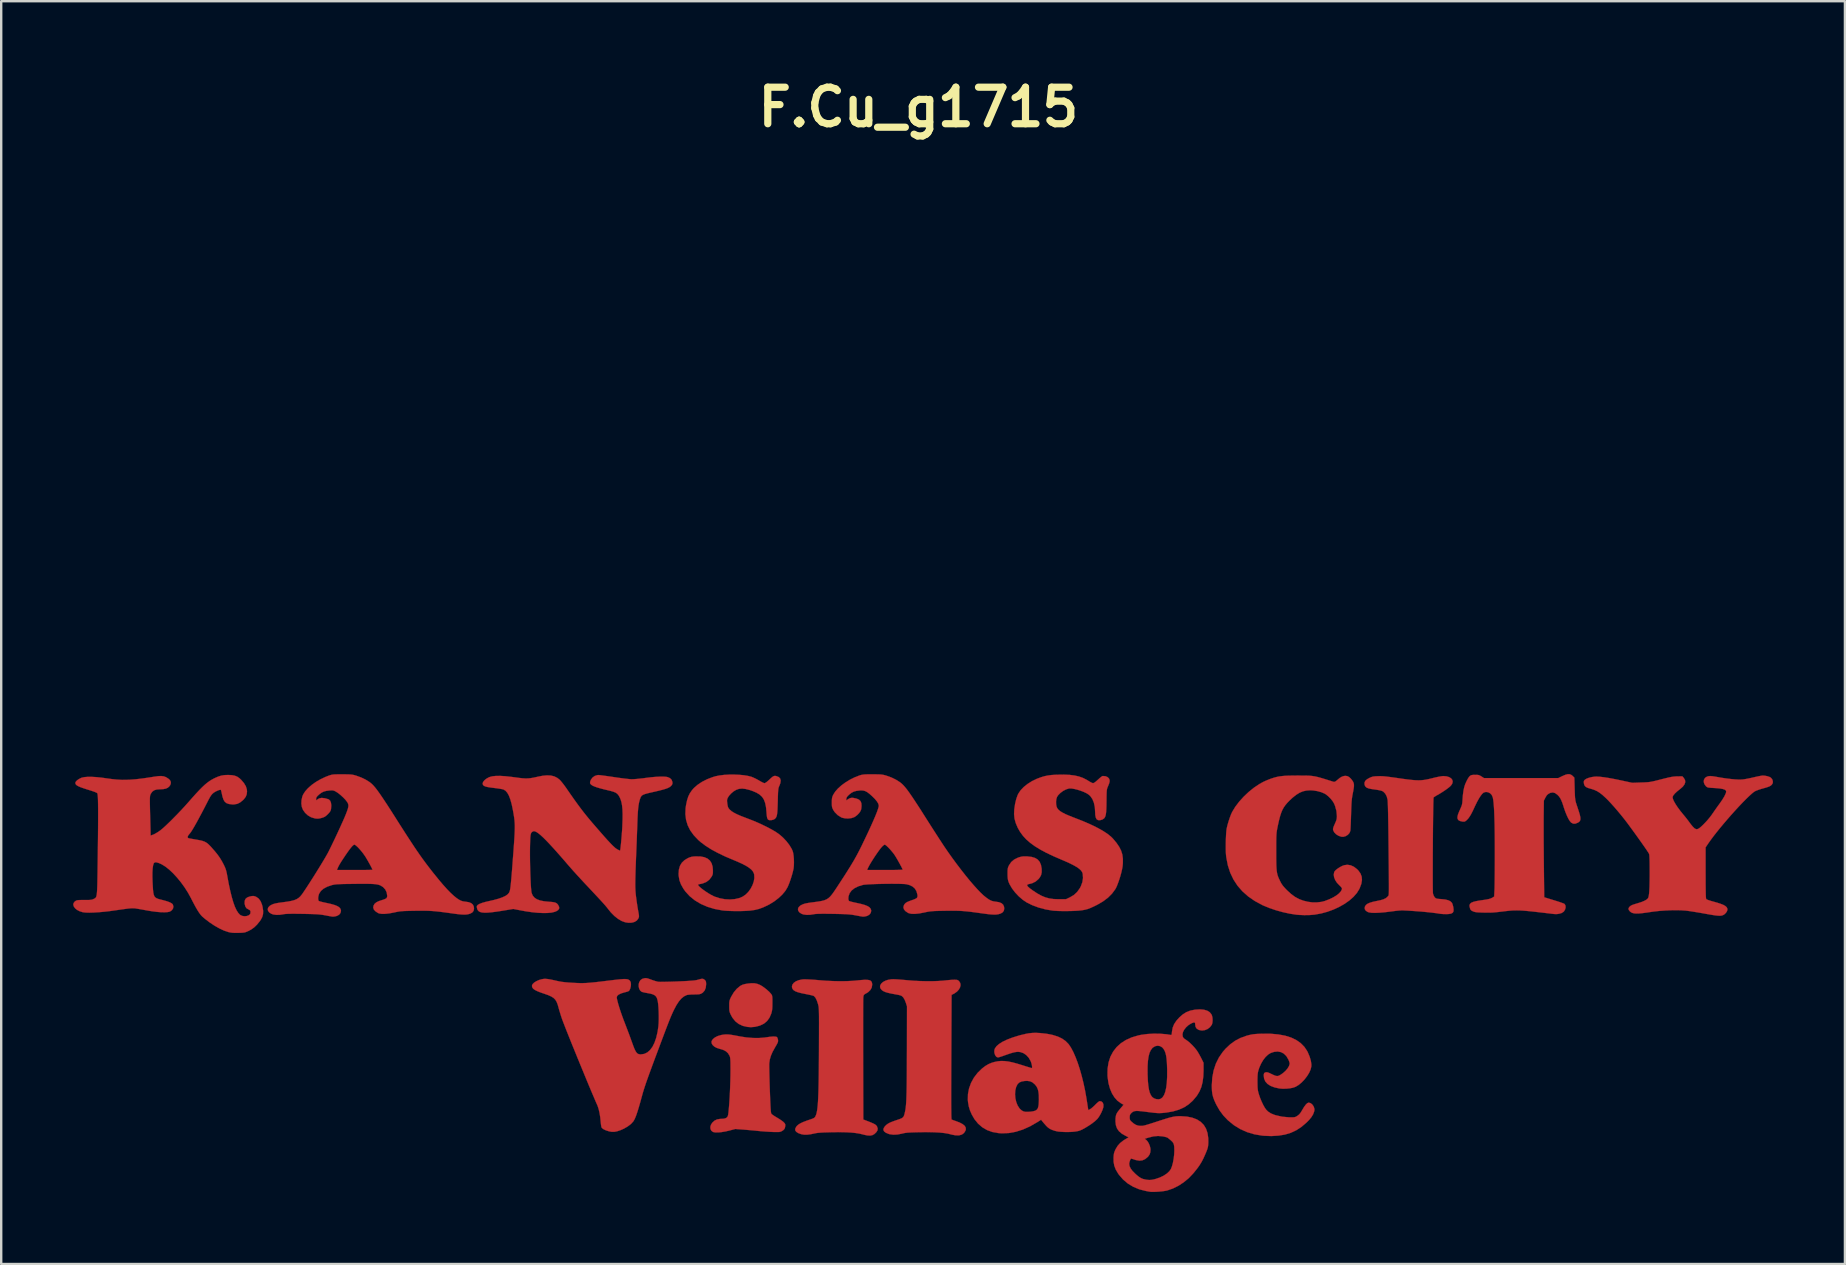
<source format=kicad_pcb>
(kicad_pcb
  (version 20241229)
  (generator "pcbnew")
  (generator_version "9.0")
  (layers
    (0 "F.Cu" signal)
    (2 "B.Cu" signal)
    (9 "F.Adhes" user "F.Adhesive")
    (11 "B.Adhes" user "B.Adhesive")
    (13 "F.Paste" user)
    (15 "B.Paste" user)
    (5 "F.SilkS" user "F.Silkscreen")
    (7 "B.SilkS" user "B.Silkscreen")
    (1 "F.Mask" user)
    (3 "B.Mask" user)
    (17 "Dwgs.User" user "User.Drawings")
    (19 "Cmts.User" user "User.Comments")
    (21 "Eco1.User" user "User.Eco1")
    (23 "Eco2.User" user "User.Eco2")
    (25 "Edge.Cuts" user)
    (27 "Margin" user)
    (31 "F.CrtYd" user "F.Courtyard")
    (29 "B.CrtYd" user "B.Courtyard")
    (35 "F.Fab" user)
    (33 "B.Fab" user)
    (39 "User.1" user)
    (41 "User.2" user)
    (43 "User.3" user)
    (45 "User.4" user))
  (footprint "F.Cu_g1715"
    (layer "F.Cu")
    (at 35.227 1.418)
    (property "Reference" "F.Cu_g1715" (at 0 0 0) (layer "F.SilkS") (effects (font (size 1.524 1.524) (thickness 0.3))))
    (attr through_hole)
    (fp_poly (pts (xy -6.829 36.513) (xy -6.72 36.535) (xy -6.612 36.577) (xy -6.593 36.586) (xy -6.505 36.637) (xy -6.404 36.71) (xy -6.302 36.793) (xy -6.211 36.876) (xy -6.146 36.949) (xy -6.122 36.981) (xy -6.105 37.011) (xy -6.095 37.047) (xy -6.089 37.097) (xy -6.086 37.169) (xy -6.086 37.271) (xy -6.086 37.326) (xy -6.087 37.456) (xy -6.091 37.555) (xy -6.099 37.634) (xy -6.113 37.703) (xy -6.133 37.774) (xy -6.133 37.776) (xy -6.206 37.946) (xy -6.307 38.085) (xy -6.436 38.194) (xy -6.595 38.271) (xy -6.638 38.285) (xy -6.814 38.328) (xy -6.978 38.342) (xy -7.123 38.332) (xy -7.317 38.288) (xy -7.485 38.211) (xy -7.627 38.101) (xy -7.745 37.957) (xy -7.805 37.851) (xy -7.84 37.777) (xy -7.863 37.719) (xy -7.876 37.664) (xy -7.882 37.598) (xy -7.884 37.508) (xy -7.884 37.465) (xy -7.884 37.364) (xy -7.88 37.291) (xy -7.87 37.234) (xy -7.851 37.178) (xy -7.82 37.109) (xy -7.796 37.061) (xy -7.694 36.89) (xy -7.572 36.744) (xy -7.438 36.632) (xy -7.399 36.607) (xy -7.326 36.572) (xy -7.239 36.547) (xy -7.124 36.527) (xy -7.098 36.523) (xy -6.95 36.51) (xy -6.829 36.513)) (stroke (width 0.01) (type solid)) (fill yes) (layer "F.Cu"))
    (fp_poly (pts (xy -7.932 38.646) (xy -7.856 38.653) (xy -7.763 38.667) (xy -7.644 38.688) (xy -7.494 38.716) (xy -7.44 38.727) (xy -7.173 38.769) (xy -6.908 38.791) (xy -6.655 38.794) (xy -6.425 38.776) (xy -6.375 38.769) (xy -6.199 38.744) (xy -6.062 38.732) (xy -5.964 38.734) (xy -5.905 38.749) (xy -5.897 38.754) (xy -5.874 38.791) (xy -5.856 38.85) (xy -5.852 38.869) (xy -5.849 38.909) (xy -5.853 38.947) (xy -5.867 38.99) (xy -5.896 39.048) (xy -5.943 39.129) (xy -5.975 39.185) (xy -6.077 39.369) (xy -6.148 39.534) (xy -6.194 39.69) (xy -6.216 39.845) (xy -6.216 39.846) (xy -6.218 39.898) (xy -6.218 39.988) (xy -6.216 40.109) (xy -6.213 40.257) (xy -6.209 40.427) (xy -6.204 40.614) (xy -6.198 40.813) (xy -6.193 40.957) (xy -6.184 41.186) (xy -6.177 41.377) (xy -6.17 41.533) (xy -6.164 41.658) (xy -6.158 41.755) (xy -6.152 41.829) (xy -6.146 41.882) (xy -6.139 41.919) (xy -6.132 41.943) (xy -6.123 41.957) (xy -6.122 41.959) (xy -6.089 41.986) (xy -6.029 42.028) (xy -5.95 42.078) (xy -5.884 42.117) (xy -5.793 42.173) (xy -5.708 42.23) (xy -5.641 42.28) (xy -5.612 42.306) (xy -5.568 42.354) (xy -5.549 42.394) (xy -5.549 42.449) (xy -5.552 42.477) (xy -5.567 42.55) (xy -5.599 42.603) (xy -5.633 42.635) (xy -5.696 42.676) (xy -5.763 42.704) (xy -5.776 42.707) (xy -5.832 42.711) (xy -5.924 42.712) (xy -6.043 42.71) (xy -6.183 42.704) (xy -6.335 42.695) (xy -6.494 42.683) (xy -6.651 42.669) (xy -6.731 42.661) (xy -6.868 42.647) (xy -7.028 42.633) (xy -7.188 42.619) (xy -7.324 42.608) (xy -7.631 42.585) (xy -7.885 42.652) (xy -8.052 42.69) (xy -8.209 42.716) (xy -8.349 42.729) (xy -8.464 42.728) (xy -8.549 42.713) (xy -8.564 42.707) (xy -8.63 42.656) (xy -8.666 42.584) (xy -8.671 42.497) (xy -8.645 42.407) (xy -8.589 42.321) (xy -8.497 42.237) (xy -8.394 42.187) (xy -8.268 42.165) (xy -8.219 42.164) (xy -8.098 42.155) (xy -8.013 42.127) (xy -7.959 42.079) (xy -7.932 42.007) (xy -7.931 42.002) (xy -7.914 41.871) (xy -7.898 41.703) (xy -7.882 41.508) (xy -7.868 41.29) (xy -7.856 41.058) (xy -7.846 40.818) (xy -7.838 40.576) (xy -7.833 40.341) (xy -7.831 40.118) (xy -7.831 40.07) (xy -7.832 39.916) (xy -7.833 39.798) (xy -7.837 39.71) (xy -7.842 39.645) (xy -7.85 39.596) (xy -7.861 39.558) (xy -7.871 39.532) (xy -7.935 39.428) (xy -8.023 39.347) (xy -8.142 39.286) (xy -8.29 39.242) (xy -8.409 39.204) (xy -8.507 39.15) (xy -8.578 39.084) (xy -8.618 39.012) (xy -8.622 38.939) (xy -8.616 38.918) (xy -8.564 38.838) (xy -8.477 38.768) (xy -8.36 38.71) (xy -8.219 38.669) (xy -8.127 38.654) (xy -8.06 38.647) (xy -7.998 38.644) (xy -7.932 38.646)) (stroke (width 0.01) (type solid)) (fill yes) (layer "F.Cu"))
    (fp_poly (pts (xy -0.981 36.345) (xy -0.88 36.351) (xy -0.756 36.36) (xy -0.618 36.371) (xy -0.475 36.384) (xy -0.466 36.385) (xy -0.21 36.406) (xy 0.056 36.419) (xy 0.322 36.426) (xy 0.579 36.426) (xy 0.818 36.418) (xy 1.028 36.404) (xy 1.101 36.396) (xy 1.217 36.384) (xy 1.333 36.373) (xy 1.434 36.367) (xy 1.499 36.365) (xy 1.576 36.367) (xy 1.626 36.376) (xy 1.665 36.398) (xy 1.695 36.426) (xy 1.744 36.502) (xy 1.757 36.589) (xy 1.736 36.682) (xy 1.685 36.775) (xy 1.606 36.861) (xy 1.502 36.935) (xy 1.48 36.947) (xy 1.382 36.997) (xy 1.371 39.586) (xy 1.369 39.997) (xy 1.368 40.367) (xy 1.367 40.698) (xy 1.366 40.991) (xy 1.366 41.248) (xy 1.366 41.47) (xy 1.367 41.659) (xy 1.369 41.817) (xy 1.37 41.945) (xy 1.372 42.044) (xy 1.375 42.117) (xy 1.378 42.164) (xy 1.382 42.187) (xy 1.383 42.19) (xy 1.415 42.204) (xy 1.474 42.227) (xy 1.545 42.251) (xy 1.712 42.314) (xy 1.837 42.379) (xy 1.922 42.446) (xy 1.969 42.519) (xy 1.978 42.596) (xy 1.961 42.657) (xy 1.9 42.752) (xy 1.812 42.817) (xy 1.697 42.85) (xy 1.556 42.851) (xy 1.391 42.82) (xy 1.363 42.812) (xy 1.227 42.779) (xy 1.071 42.753) (xy 0.89 42.735) (xy 0.682 42.723) (xy 0.441 42.717) (xy 0.164 42.718) (xy 0.074 42.719) (xy -0.103 42.723) (xy -0.244 42.727) (xy -0.356 42.731) (xy -0.445 42.737) (xy -0.517 42.745) (xy -0.579 42.754) (xy -0.637 42.767) (xy -0.677 42.777) (xy -0.87 42.815) (xy -1.047 42.823) (xy -1.203 42.802) (xy -1.243 42.79) (xy -1.357 42.742) (xy -1.429 42.687) (xy -1.46 42.625) (xy -1.449 42.554) (xy -1.398 42.475) (xy -1.394 42.471) (xy -1.336 42.414) (xy -1.268 42.364) (xy -1.18 42.317) (xy -1.067 42.271) (xy -0.921 42.22) (xy -0.903 42.214) (xy -0.79 42.176) (xy -0.71 42.144) (xy -0.655 42.11) (xy -0.619 42.068) (xy -0.594 42.009) (xy -0.572 41.928) (xy -0.562 41.884) (xy -0.549 41.822) (xy -0.537 41.754) (xy -0.527 41.676) (xy -0.518 41.587) (xy -0.51 41.483) (xy -0.503 41.362) (xy -0.498 41.221) (xy -0.493 41.058) (xy -0.489 40.869) (xy -0.486 40.653) (xy -0.484 40.406) (xy -0.482 40.125) (xy -0.481 39.809) (xy -0.48 39.454) (xy -0.479 39.328) (xy -0.476 37.476) (xy -0.525 37.321) (xy -0.571 37.203) (xy -0.624 37.113) (xy -0.642 37.091) (xy -0.672 37.061) (xy -0.701 37.038) (xy -0.74 37.021) (xy -0.794 37.005) (xy -0.874 36.988) (xy -0.987 36.968) (xy -0.995 36.966) (xy -1.156 36.936) (xy -1.28 36.907) (xy -1.376 36.878) (xy -1.449 36.846) (xy -1.507 36.81) (xy -1.514 36.805) (xy -1.576 36.737) (xy -1.6 36.665) (xy -1.589 36.593) (xy -1.547 36.524) (xy -1.477 36.461) (xy -1.383 36.409) (xy -1.268 36.369) (xy -1.135 36.347) (xy -1.049 36.343) (xy -0.981 36.345)) (stroke (width 0.01) (type solid)) (fill yes) (layer "F.Cu"))
    (fp_poly (pts (xy -4.613 36.351) (xy -4.486 36.358) (xy -4.344 36.367) (xy -4.196 36.379) (xy -4.15 36.384) (xy -3.849 36.407) (xy -3.546 36.421) (xy -3.251 36.427) (xy -2.974 36.423) (xy -2.722 36.41) (xy -2.572 36.396) (xy -2.388 36.378) (xy -2.243 36.368) (xy -2.13 36.369) (xy -2.047 36.382) (xy -1.989 36.407) (xy -1.953 36.447) (xy -1.933 36.501) (xy -1.927 36.571) (xy -1.927 36.577) (xy -1.946 36.692) (xy -2.005 36.796) (xy -2.098 36.885) (xy -2.166 36.926) (xy -2.23 36.962) (xy -2.267 36.991) (xy -2.285 37.025) (xy -2.295 37.078) (xy -2.297 37.094) (xy -2.298 37.129) (xy -2.3 37.203) (xy -2.301 37.314) (xy -2.302 37.459) (xy -2.303 37.636) (xy -2.303 37.841) (xy -2.304 38.071) (xy -2.304 38.325) (xy -2.304 38.599) (xy -2.304 38.89) (xy -2.304 39.197) (xy -2.303 39.515) (xy -2.303 39.695) (xy -2.297 42.19) (xy -2.095 42.267) (xy -1.969 42.317) (xy -1.876 42.358) (xy -1.81 42.393) (xy -1.766 42.427) (xy -1.736 42.462) (xy -1.725 42.481) (xy -1.697 42.565) (xy -1.706 42.642) (xy -1.755 42.719) (xy -1.76 42.725) (xy -1.835 42.796) (xy -1.916 42.841) (xy -2.011 42.86) (xy -2.125 42.854) (xy -2.266 42.826) (xy -2.32 42.811) (xy -2.462 42.777) (xy -2.624 42.752) (xy -2.81 42.733) (xy -3.026 42.722) (xy -3.274 42.717) (xy -3.56 42.719) (xy -3.598 42.72) (xy -3.792 42.725) (xy -3.949 42.73) (xy -4.074 42.737) (xy -4.173 42.745) (xy -4.251 42.755) (xy -4.307 42.766) (xy -4.489 42.804) (xy -4.64 42.823) (xy -4.77 42.822) (xy -4.887 42.801) (xy -4.997 42.76) (xy -5.012 42.754) (xy -5.093 42.701) (xy -5.134 42.642) (xy -5.133 42.573) (xy -5.092 42.493) (xy -5.067 42.461) (xy -5.009 42.407) (xy -4.926 42.354) (xy -4.813 42.3) (xy -4.666 42.243) (xy -4.561 42.207) (xy -4.46 42.173) (xy -4.392 42.147) (xy -4.347 42.123) (xy -4.319 42.099) (xy -4.299 42.069) (xy -4.29 42.052) (xy -4.269 42.003) (xy -4.25 41.945) (xy -4.234 41.876) (xy -4.219 41.791) (xy -4.206 41.69) (xy -4.194 41.571) (xy -4.184 41.43) (xy -4.176 41.265) (xy -4.168 41.075) (xy -4.162 40.857) (xy -4.157 40.608) (xy -4.153 40.327) (xy -4.15 40.011) (xy -4.147 39.658) (xy -4.145 39.265) (xy -4.145 39.169) (xy -4.144 38.868) (xy -4.143 38.606) (xy -4.143 38.38) (xy -4.142 38.188) (xy -4.143 38.025) (xy -4.143 37.89) (xy -4.145 37.778) (xy -4.147 37.688) (xy -4.149 37.615) (xy -4.153 37.556) (xy -4.157 37.51) (xy -4.162 37.472) (xy -4.169 37.439) (xy -4.176 37.409) (xy -4.184 37.378) (xy -4.186 37.373) (xy -4.236 37.224) (xy -4.29 37.116) (xy -4.349 37.05) (xy -4.367 37.038) (xy -4.403 37.026) (xy -4.473 37.008) (xy -4.566 36.987) (xy -4.675 36.965) (xy -4.721 36.956) (xy -4.896 36.92) (xy -5.032 36.883) (xy -5.134 36.843) (xy -5.205 36.797) (xy -5.248 36.745) (xy -5.268 36.683) (xy -5.271 36.647) (xy -5.25 36.566) (xy -5.193 36.493) (xy -5.105 36.431) (xy -4.99 36.384) (xy -4.853 36.355) (xy -4.784 36.348) (xy -4.715 36.348) (xy -4.613 36.351)) (stroke (width 0.01) (type solid)) (fill yes) (layer "F.Cu"))
    (fp_poly (pts (xy 14.681 38.616) (xy 14.998 38.644) (xy 15.282 38.696) (xy 15.532 38.774) (xy 15.749 38.878) (xy 15.934 39.008) (xy 16.086 39.163) (xy 16.206 39.344) (xy 16.231 39.394) (xy 16.306 39.573) (xy 16.356 39.741) (xy 16.378 39.89) (xy 16.376 39.978) (xy 16.346 40.105) (xy 16.285 40.243) (xy 16.197 40.385) (xy 16.091 40.522) (xy 15.971 40.647) (xy 15.844 40.752) (xy 15.715 40.829) (xy 15.712 40.83) (xy 15.61 40.865) (xy 15.479 40.891) (xy 15.334 40.905) (xy 15.186 40.908) (xy 15.051 40.897) (xy 15.044 40.896) (xy 14.843 40.852) (xy 14.679 40.79) (xy 14.551 40.708) (xy 14.461 40.608) (xy 14.408 40.489) (xy 14.393 40.369) (xy 14.397 40.299) (xy 14.411 40.259) (xy 14.434 40.239) (xy 14.482 40.221) (xy 14.535 40.221) (xy 14.603 40.242) (xy 14.694 40.284) (xy 14.708 40.291) (xy 14.813 40.341) (xy 14.892 40.37) (xy 14.954 40.379) (xy 15.01 40.369) (xy 15.07 40.341) (xy 15.077 40.337) (xy 15.195 40.256) (xy 15.3 40.163) (xy 15.384 40.064) (xy 15.443 39.967) (xy 15.471 39.878) (xy 15.473 39.855) (xy 15.464 39.808) (xy 15.441 39.741) (xy 15.418 39.688) (xy 15.335 39.548) (xy 15.232 39.446) (xy 15.112 39.382) (xy 14.976 39.356) (xy 14.827 39.37) (xy 14.684 39.417) (xy 14.575 39.484) (xy 14.467 39.586) (xy 14.366 39.717) (xy 14.277 39.87) (xy 14.203 40.039) (xy 14.167 40.154) (xy 14.15 40.225) (xy 14.139 40.305) (xy 14.133 40.403) (xy 14.13 40.529) (xy 14.13 40.619) (xy 14.132 40.751) (xy 14.135 40.852) (xy 14.142 40.931) (xy 14.153 41.001) (xy 14.17 41.072) (xy 14.189 41.137) (xy 14.24 41.288) (xy 14.302 41.439) (xy 14.369 41.579) (xy 14.436 41.698) (xy 14.491 41.777) (xy 14.578 41.863) (xy 14.684 41.932) (xy 14.821 41.99) (xy 14.893 42.013) (xy 15.161 42.073) (xy 15.446 42.099) (xy 15.518 42.1) (xy 15.609 42.099) (xy 15.672 42.094) (xy 15.719 42.08) (xy 15.765 42.056) (xy 15.802 42.032) (xy 15.865 41.982) (xy 15.919 41.919) (xy 15.975 41.832) (xy 15.996 41.794) (xy 16.072 41.668) (xy 16.143 41.572) (xy 16.206 41.511) (xy 16.26 41.487) (xy 16.265 41.487) (xy 16.342 41.507) (xy 16.412 41.56) (xy 16.467 41.639) (xy 16.48 41.667) (xy 16.502 41.736) (xy 16.506 41.791) (xy 16.493 41.857) (xy 16.491 41.865) (xy 16.449 41.976) (xy 16.381 42.088) (xy 16.282 42.209) (xy 16.176 42.316) (xy 15.964 42.497) (xy 15.747 42.639) (xy 15.519 42.745) (xy 15.273 42.819) (xy 15.004 42.862) (xy 14.705 42.88) (xy 14.4 42.868) (xy 14.318 42.86) (xy 13.999 42.806) (xy 13.695 42.715) (xy 13.409 42.587) (xy 13.145 42.424) (xy 12.904 42.226) (xy 12.893 42.216) (xy 12.709 42.022) (xy 12.555 41.815) (xy 12.422 41.583) (xy 12.393 41.525) (xy 12.328 41.381) (xy 12.282 41.254) (xy 12.252 41.132) (xy 12.235 41) (xy 12.229 40.846) (xy 12.228 40.767) (xy 12.248 40.447) (xy 12.304 40.145) (xy 12.396 39.865) (xy 12.525 39.605) (xy 12.689 39.368) (xy 12.802 39.238) (xy 12.996 39.056) (xy 13.198 38.909) (xy 13.416 38.794) (xy 13.659 38.705) (xy 13.756 38.678) (xy 13.845 38.657) (xy 13.931 38.641) (xy 14.025 38.63) (xy 14.136 38.622) (xy 14.277 38.616) (xy 14.33 38.614) (xy 14.681 38.616)) (stroke (width 0.01) (type solid)) (fill yes) (layer "F.Cu"))
    (fp_poly (pts (xy 22.011 27.888) (xy 22.121 27.921) (xy 22.203 27.972) (xy 22.252 28.037) (xy 22.268 28.113) (xy 22.246 28.197) (xy 22.201 28.264) (xy 22.147 28.319) (xy 22.062 28.387) (xy 21.955 28.464) (xy 21.833 28.545) (xy 21.704 28.625) (xy 21.627 28.668) (xy 21.557 28.709) (xy 21.503 28.744) (xy 21.473 28.766) (xy 21.472 28.769) (xy 21.468 28.795) (xy 21.465 28.859) (xy 21.462 28.959) (xy 21.459 29.09) (xy 21.456 29.249) (xy 21.453 29.432) (xy 21.45 29.636) (xy 21.448 29.857) (xy 21.445 30.092) (xy 21.443 30.336) (xy 21.441 30.587) (xy 21.44 30.84) (xy 21.438 31.093) (xy 21.437 31.341) (xy 21.437 31.58) (xy 21.436 31.808) (xy 21.436 32.021) (xy 21.436 32.214) (xy 21.437 32.385) (xy 21.438 32.53) (xy 21.44 32.645) (xy 21.442 32.726) (xy 21.445 32.771) (xy 21.446 32.775) (xy 21.476 32.863) (xy 21.519 32.931) (xy 21.524 32.936) (xy 21.553 32.962) (xy 21.586 32.979) (xy 21.631 32.99) (xy 21.7 32.998) (xy 21.799 33.005) (xy 21.96 33.022) (xy 22.083 33.053) (xy 22.173 33.097) (xy 22.234 33.158) (xy 22.236 33.161) (xy 22.258 33.21) (xy 22.28 33.284) (xy 22.294 33.351) (xy 22.305 33.455) (xy 22.296 33.527) (xy 22.265 33.575) (xy 22.208 33.605) (xy 22.189 33.611) (xy 22.109 33.625) (xy 22.002 33.63) (xy 21.882 33.628) (xy 21.765 33.619) (xy 21.706 33.61) (xy 21.561 33.588) (xy 21.381 33.566) (xy 21.174 33.544) (xy 20.948 33.523) (xy 20.71 33.505) (xy 20.578 33.496) (xy 20.424 33.486) (xy 20.304 33.48) (xy 20.206 33.476) (xy 20.121 33.476) (xy 20.041 33.48) (xy 19.954 33.488) (xy 19.852 33.5) (xy 19.725 33.517) (xy 19.7 33.52) (xy 19.439 33.552) (xy 19.215 33.571) (xy 19.028 33.579) (xy 18.88 33.574) (xy 18.772 33.556) (xy 18.722 33.539) (xy 18.641 33.483) (xy 18.602 33.418) (xy 18.603 33.341) (xy 18.614 33.308) (xy 18.652 33.249) (xy 18.718 33.199) (xy 18.814 33.156) (xy 18.944 33.117) (xy 19.103 33.083) (xy 19.259 33.05) (xy 19.379 33.014) (xy 19.469 32.972) (xy 19.535 32.922) (xy 19.567 32.886) (xy 19.575 32.877) (xy 19.582 32.87) (xy 19.588 32.862) (xy 19.593 32.852) (xy 19.598 32.837) (xy 19.601 32.813) (xy 19.604 32.78) (xy 19.607 32.733) (xy 19.608 32.672) (xy 19.609 32.593) (xy 19.609 32.493) (xy 19.609 32.371) (xy 19.608 32.223) (xy 19.607 32.048) (xy 19.605 31.843) (xy 19.603 31.604) (xy 19.6 31.331) (xy 19.597 31.02) (xy 19.594 30.723) (xy 19.591 30.438) (xy 19.588 30.166) (xy 19.584 29.911) (xy 19.58 29.677) (xy 19.576 29.466) (xy 19.572 29.281) (xy 19.568 29.126) (xy 19.563 29.003) (xy 19.559 28.917) (xy 19.556 28.869) (xy 19.555 28.868) (xy 19.519 28.727) (xy 19.46 28.613) (xy 19.381 28.53) (xy 19.333 28.501) (xy 19.277 28.482) (xy 19.191 28.463) (xy 19.088 28.445) (xy 19.013 28.435) (xy 18.868 28.414) (xy 18.76 28.39) (xy 18.684 28.359) (xy 18.634 28.318) (xy 18.604 28.265) (xy 18.593 28.225) (xy 18.593 28.145) (xy 18.626 28.074) (xy 18.696 28.011) (xy 18.787 27.959) (xy 18.856 27.927) (xy 18.915 27.906) (xy 18.979 27.893) (xy 19.061 27.886) (xy 19.152 27.882) (xy 19.229 27.88) (xy 19.307 27.881) (xy 19.394 27.887) (xy 19.495 27.896) (xy 19.618 27.911) (xy 19.768 27.931) (xy 19.953 27.957) (xy 19.992 27.963) (xy 20.221 27.996) (xy 20.414 28.021) (xy 20.578 28.039) (xy 20.719 28.05) (xy 20.843 28.054) (xy 20.956 28.05) (xy 21.065 28.039) (xy 21.175 28.021) (xy 21.293 27.996) (xy 21.419 27.965) (xy 21.543 27.935) (xy 21.662 27.909) (xy 21.765 27.89) (xy 21.843 27.879) (xy 21.874 27.877) (xy 22.011 27.888)) (stroke (width 0.01) (type solid)) (fill yes) (layer "F.Cu"))
    (fp_poly (pts (xy 5.071 38.587) (xy 5.353 38.618) (xy 5.598 38.667) (xy 5.809 38.733) (xy 5.988 38.818) (xy 6.137 38.923) (xy 6.26 39.049) (xy 6.271 39.064) (xy 6.364 39.204) (xy 6.458 39.382) (xy 6.55 39.593) (xy 6.641 39.833) (xy 6.727 40.097) (xy 6.807 40.381) (xy 6.881 40.68) (xy 6.947 40.989) (xy 7.003 41.304) (xy 7.009 41.342) (xy 7.08 41.8) (xy 7.154 41.761) (xy 7.202 41.729) (xy 7.267 41.675) (xy 7.339 41.608) (xy 7.373 41.573) (xy 7.444 41.503) (xy 7.505 41.452) (xy 7.548 41.426) (xy 7.559 41.423) (xy 7.633 41.441) (xy 7.685 41.491) (xy 7.711 41.568) (xy 7.709 41.665) (xy 7.704 41.691) (xy 7.672 41.791) (xy 7.621 41.906) (xy 7.559 42.022) (xy 7.493 42.121) (xy 7.459 42.164) (xy 7.366 42.253) (xy 7.241 42.351) (xy 7.094 42.451) (xy 6.933 42.549) (xy 6.91 42.561) (xy 6.811 42.614) (xy 6.73 42.649) (xy 6.652 42.672) (xy 6.561 42.688) (xy 6.527 42.693) (xy 6.403 42.705) (xy 6.255 42.711) (xy 6.1 42.71) (xy 6.062 42.709) (xy 5.934 42.702) (xy 5.835 42.693) (xy 5.752 42.678) (xy 5.672 42.657) (xy 5.62 42.64) (xy 5.534 42.607) (xy 5.462 42.569) (xy 5.396 42.521) (xy 5.328 42.456) (xy 5.248 42.366) (xy 5.196 42.304) (xy 5.111 42.2) (xy 4.962 42.296) (xy 4.657 42.472) (xy 4.357 42.607) (xy 4.061 42.701) (xy 3.768 42.754) (xy 3.478 42.766) (xy 3.325 42.755) (xy 3.082 42.711) (xy 2.86 42.63) (xy 2.661 42.513) (xy 2.486 42.361) (xy 2.336 42.176) (xy 2.225 41.984) (xy 2.148 41.808) (xy 2.098 41.641) (xy 2.068 41.463) (xy 2.06 41.37) (xy 2.065 41.14) (xy 4.028 41.14) (xy 4.041 41.302) (xy 4.077 41.46) (xy 4.133 41.603) (xy 4.21 41.723) (xy 4.257 41.772) (xy 4.321 41.823) (xy 4.387 41.855) (xy 4.465 41.871) (xy 4.564 41.872) (xy 4.673 41.864) (xy 4.767 41.851) (xy 4.849 41.83) (xy 4.895 41.81) (xy 4.942 41.774) (xy 4.976 41.722) (xy 4.999 41.648) (xy 5.013 41.547) (xy 5.02 41.413) (xy 5.021 41.349) (xy 5.018 41.175) (xy 5.003 41.035) (xy 4.975 40.922) (xy 4.93 40.826) (xy 4.867 40.743) (xy 4.848 40.722) (xy 4.755 40.644) (xy 4.654 40.597) (xy 4.535 40.58) (xy 4.43 40.584) (xy 4.304 40.605) (xy 4.21 40.645) (xy 4.142 40.705) (xy 4.132 40.719) (xy 4.072 40.839) (xy 4.038 40.983) (xy 4.028 41.14) (xy 2.065 41.14) (xy 2.065 41.131) (xy 2.11 40.895) (xy 2.193 40.666) (xy 2.312 40.448) (xy 2.464 40.248) (xy 2.647 40.069) (xy 2.658 40.06) (xy 2.797 39.955) (xy 2.928 39.878) (xy 3.066 39.822) (xy 3.166 39.793) (xy 3.303 39.765) (xy 3.439 39.751) (xy 3.583 39.754) (xy 3.74 39.772) (xy 3.916 39.808) (xy 4.117 39.862) (xy 4.336 39.929) (xy 4.455 39.967) (xy 4.56 39.999) (xy 4.645 40.025) (xy 4.702 40.042) (xy 4.726 40.047) (xy 4.737 40.029) (xy 4.737 39.981) (xy 4.727 39.915) (xy 4.708 39.839) (xy 4.682 39.766) (xy 4.678 39.756) (xy 4.598 39.617) (xy 4.496 39.505) (xy 4.377 39.424) (xy 4.248 39.379) (xy 4.163 39.37) (xy 4.093 39.373) (xy 4.02 39.384) (xy 3.934 39.404) (xy 3.83 39.435) (xy 3.698 39.48) (xy 3.61 39.511) (xy 3.511 39.546) (xy 3.423 39.575) (xy 3.356 39.595) (xy 3.32 39.603) (xy 3.318 39.603) (xy 3.26 39.584) (xy 3.213 39.533) (xy 3.179 39.46) (xy 3.163 39.376) (xy 3.168 39.29) (xy 3.187 39.233) (xy 3.253 39.137) (xy 3.361 39.043) (xy 3.508 38.95) (xy 3.694 38.861) (xy 3.916 38.776) (xy 4.173 38.696) (xy 4.263 38.671) (xy 4.449 38.626) (xy 4.61 38.596) (xy 4.76 38.581) (xy 4.915 38.579) (xy 5.071 38.587)) (stroke (width 0.01) (type solid)) (fill yes) (layer "F.Cu"))
    (fp_poly (pts (xy 27.151 27.801) (xy 27.224 27.835) (xy 27.271 27.875) (xy 27.337 27.941) (xy 27.35 28.39) (xy 27.355 28.545) (xy 27.36 28.667) (xy 27.365 28.762) (xy 27.374 28.84) (xy 27.385 28.909) (xy 27.402 28.977) (xy 27.425 29.052) (xy 27.455 29.142) (xy 27.474 29.199) (xy 27.528 29.363) (xy 27.566 29.492) (xy 27.587 29.592) (xy 27.591 29.669) (xy 27.58 29.726) (xy 27.552 29.77) (xy 27.507 29.805) (xy 27.476 29.823) (xy 27.376 29.86) (xy 27.29 29.859) (xy 27.212 29.82) (xy 27.2 29.811) (xy 27.148 29.75) (xy 27.089 29.653) (xy 27.028 29.527) (xy 26.966 29.377) (xy 26.907 29.208) (xy 26.891 29.157) (xy 26.842 29.006) (xy 26.795 28.888) (xy 26.748 28.796) (xy 26.695 28.721) (xy 26.633 28.657) (xy 26.628 28.652) (xy 26.534 28.585) (xy 26.442 28.559) (xy 26.346 28.574) (xy 26.29 28.598) (xy 26.227 28.639) (xy 26.179 28.692) (xy 26.133 28.77) (xy 26.131 28.775) (xy 26.067 28.9) (xy 26.059 29.558) (xy 26.058 29.701) (xy 26.058 29.881) (xy 26.058 30.091) (xy 26.058 30.324) (xy 26.059 30.575) (xy 26.061 30.836) (xy 26.063 31.103) (xy 26.065 31.368) (xy 26.067 31.572) (xy 26.082 32.928) (xy 26.487 33.052) (xy 26.613 33.091) (xy 26.727 33.128) (xy 26.821 33.161) (xy 26.89 33.187) (xy 26.925 33.203) (xy 26.927 33.205) (xy 26.965 33.263) (xy 26.975 33.339) (xy 26.958 33.422) (xy 26.916 33.501) (xy 26.886 33.534) (xy 26.806 33.585) (xy 26.714 33.612) (xy 26.652 33.623) (xy 26.601 33.629) (xy 26.55 33.629) (xy 26.484 33.624) (xy 26.391 33.614) (xy 26.374 33.612) (xy 26.094 33.578) (xy 25.851 33.55) (xy 25.642 33.526) (xy 25.462 33.507) (xy 25.306 33.493) (xy 25.171 33.482) (xy 25.051 33.476) (xy 24.943 33.474) (xy 24.842 33.475) (xy 24.744 33.479) (xy 24.645 33.487) (xy 24.539 33.498) (xy 24.424 33.511) (xy 24.375 33.517) (xy 24.2 33.538) (xy 24.055 33.553) (xy 23.93 33.563) (xy 23.812 33.568) (xy 23.691 33.568) (xy 23.56 33.566) (xy 23.424 33.562) (xy 23.322 33.557) (xy 23.246 33.55) (xy 23.189 33.54) (xy 23.143 33.526) (xy 23.11 33.513) (xy 23.047 33.479) (xy 23.011 33.443) (xy 22.989 33.39) (xy 22.989 33.387) (xy 22.971 33.311) (xy 22.969 33.259) (xy 22.984 33.216) (xy 22.998 33.196) (xy 23.043 33.156) (xy 23.121 33.122) (xy 23.236 33.091) (xy 23.389 33.064) (xy 23.471 33.052) (xy 23.613 33.032) (xy 23.72 33.013) (xy 23.802 32.994) (xy 23.866 32.972) (xy 23.92 32.945) (xy 23.931 32.938) (xy 23.996 32.898) (xy 24.01 32.625) (xy 24.013 32.555) (xy 24.015 32.447) (xy 24.017 32.306) (xy 24.019 32.136) (xy 24.021 31.943) (xy 24.022 31.73) (xy 24.023 31.503) (xy 24.024 31.266) (xy 24.024 31.032) (xy 24.023 30.618) (xy 24.02 30.246) (xy 24.015 29.915) (xy 24.007 29.624) (xy 23.998 29.373) (xy 23.986 29.162) (xy 23.972 28.99) (xy 23.956 28.857) (xy 23.937 28.761) (xy 23.936 28.757) (xy 23.894 28.664) (xy 23.827 28.594) (xy 23.743 28.55) (xy 23.652 28.538) (xy 23.563 28.562) (xy 23.562 28.562) (xy 23.505 28.609) (xy 23.437 28.693) (xy 23.361 28.811) (xy 23.28 28.959) (xy 23.194 29.134) (xy 23.181 29.163) (xy 23.104 29.329) (xy 23.037 29.46) (xy 22.976 29.562) (xy 22.919 29.642) (xy 22.861 29.704) (xy 22.845 29.719) (xy 22.793 29.76) (xy 22.75 29.776) (xy 22.693 29.775) (xy 22.672 29.772) (xy 22.575 29.75) (xy 22.508 29.714) (xy 22.472 29.661) (xy 22.465 29.587) (xy 22.485 29.488) (xy 22.534 29.36) (xy 22.561 29.3) (xy 22.607 29.198) (xy 22.638 29.121) (xy 22.657 29.054) (xy 22.669 28.985) (xy 22.676 28.899) (xy 22.678 28.861) (xy 22.694 28.656) (xy 22.717 28.485) (xy 22.748 28.34) (xy 22.789 28.212) (xy 22.843 28.093) (xy 22.843 28.092) (xy 22.9 27.986) (xy 22.947 27.913) (xy 22.992 27.866) (xy 23.042 27.839) (xy 23.106 27.828) (xy 23.192 27.825) (xy 23.194 27.825) (xy 23.282 27.826) (xy 23.343 27.833) (xy 23.394 27.851) (xy 23.45 27.883) (xy 23.465 27.892) (xy 23.573 27.961) (xy 26.667 27.961) (xy 26.843 27.875) (xy 26.968 27.822) (xy 27.068 27.797) (xy 27.151 27.801)) (stroke (width 0.01) (type solid)) (fill yes) (layer "F.Cu"))
    (fp_poly (pts (xy 15.982 27.856) (xy 16.119 27.856) (xy 16.235 27.859) (xy 16.338 27.865) (xy 16.433 27.876) (xy 16.528 27.891) (xy 16.629 27.913) (xy 16.741 27.943) (xy 16.872 27.981) (xy 17.028 28.029) (xy 17.215 28.088) (xy 17.307 28.118) (xy 17.341 28.119) (xy 17.383 28.099) (xy 17.442 28.054) (xy 17.461 28.037) (xy 17.563 27.953) (xy 17.651 27.901) (xy 17.734 27.874) (xy 17.794 27.868) (xy 17.874 27.878) (xy 17.947 27.915) (xy 18.022 27.984) (xy 18.07 28.043) (xy 18.111 28.103) (xy 18.138 28.161) (xy 18.152 28.226) (xy 18.152 28.305) (xy 18.139 28.407) (xy 18.115 28.54) (xy 18.108 28.573) (xy 18.091 28.664) (xy 18.077 28.747) (xy 18.065 28.831) (xy 18.056 28.921) (xy 18.049 29.026) (xy 18.043 29.153) (xy 18.037 29.308) (xy 18.032 29.475) (xy 18.027 29.635) (xy 18.022 29.785) (xy 18.016 29.918) (xy 18.011 30.027) (xy 18.006 30.108) (xy 18.002 30.154) (xy 18.002 30.158) (xy 17.966 30.247) (xy 17.899 30.323) (xy 17.811 30.379) (xy 17.713 30.408) (xy 17.625 30.405) (xy 17.508 30.364) (xy 17.407 30.301) (xy 17.33 30.221) (xy 17.285 30.131) (xy 17.283 30.121) (xy 17.28 30.079) (xy 17.292 30.024) (xy 17.32 29.949) (xy 17.355 29.87) (xy 17.397 29.774) (xy 17.423 29.701) (xy 17.436 29.636) (xy 17.441 29.564) (xy 17.441 29.535) (xy 17.422 29.33) (xy 17.365 29.122) (xy 17.325 29.024) (xy 17.265 28.923) (xy 17.179 28.816) (xy 17.079 28.716) (xy 16.977 28.636) (xy 16.935 28.61) (xy 16.796 28.55) (xy 16.631 28.504) (xy 16.457 28.476) (xy 16.326 28.469) (xy 16.169 28.48) (xy 16.023 28.513) (xy 15.882 28.573) (xy 15.739 28.662) (xy 15.588 28.783) (xy 15.471 28.892) (xy 15.374 28.992) (xy 15.293 29.088) (xy 15.225 29.186) (xy 15.167 29.293) (xy 15.117 29.415) (xy 15.071 29.558) (xy 15.027 29.728) (xy 14.982 29.931) (xy 14.961 30.035) (xy 14.948 30.103) (xy 14.937 30.166) (xy 14.929 30.229) (xy 14.923 30.298) (xy 14.918 30.379) (xy 14.915 30.478) (xy 14.913 30.6) (xy 14.912 30.75) (xy 14.912 30.934) (xy 14.912 31.03) (xy 14.912 31.251) (xy 14.914 31.435) (xy 14.917 31.586) (xy 14.923 31.712) (xy 14.932 31.816) (xy 14.945 31.904) (xy 14.962 31.982) (xy 14.985 32.054) (xy 15.014 32.127) (xy 15.05 32.204) (xy 15.076 32.258) (xy 15.121 32.345) (xy 15.169 32.419) (xy 15.228 32.493) (xy 15.305 32.577) (xy 15.366 32.639) (xy 15.533 32.792) (xy 15.695 32.911) (xy 15.862 33.002) (xy 16.044 33.07) (xy 16.233 33.116) (xy 16.421 33.141) (xy 16.616 33.141) (xy 16.802 33.119) (xy 16.933 33.085) (xy 17.116 33.015) (xy 17.278 32.938) (xy 17.415 32.856) (xy 17.525 32.771) (xy 17.603 32.687) (xy 17.646 32.606) (xy 17.653 32.561) (xy 17.637 32.529) (xy 17.598 32.48) (xy 17.542 32.425) (xy 17.538 32.422) (xy 17.442 32.32) (xy 17.37 32.209) (xy 17.325 32.094) (xy 17.31 31.985) (xy 17.327 31.888) (xy 17.348 31.845) (xy 17.397 31.792) (xy 17.474 31.732) (xy 17.566 31.673) (xy 17.661 31.623) (xy 17.743 31.592) (xy 17.878 31.573) (xy 18.015 31.595) (xy 18.15 31.656) (xy 18.28 31.756) (xy 18.338 31.815) (xy 18.425 31.937) (xy 18.474 32.067) (xy 18.486 32.209) (xy 18.46 32.366) (xy 18.396 32.539) (xy 18.373 32.589) (xy 18.272 32.751) (xy 18.134 32.909) (xy 17.963 33.06) (xy 17.764 33.2) (xy 17.542 33.327) (xy 17.302 33.438) (xy 17.049 33.531) (xy 16.788 33.602) (xy 16.522 33.65) (xy 16.499 33.653) (xy 16.3 33.669) (xy 16.081 33.672) (xy 15.862 33.663) (xy 15.748 33.653) (xy 15.476 33.611) (xy 15.188 33.548) (xy 14.899 33.468) (xy 14.622 33.374) (xy 14.371 33.27) (xy 14.332 33.252) (xy 14.02 33.083) (xy 13.744 32.893) (xy 13.504 32.68) (xy 13.299 32.445) (xy 13.13 32.186) (xy 12.996 31.905) (xy 12.897 31.599) (xy 12.833 31.27) (xy 12.824 31.204) (xy 12.816 31.104) (xy 12.811 30.976) (xy 12.81 30.828) (xy 12.811 30.669) (xy 12.814 30.509) (xy 12.821 30.358) (xy 12.829 30.224) (xy 12.84 30.117) (xy 12.847 30.067) (xy 12.88 29.924) (xy 12.925 29.769) (xy 12.976 29.615) (xy 13.029 29.475) (xy 13.078 29.369) (xy 13.206 29.157) (xy 13.369 28.943) (xy 13.558 28.734) (xy 13.766 28.537) (xy 13.987 28.359) (xy 14.213 28.208) (xy 14.362 28.125) (xy 14.469 28.075) (xy 14.591 28.024) (xy 14.703 27.981) (xy 14.711 27.979) (xy 14.819 27.944) (xy 14.922 27.916) (xy 15.026 27.894) (xy 15.137 27.879) (xy 15.262 27.867) (xy 15.409 27.86) (xy 15.583 27.857) (xy 15.793 27.855) (xy 15.82 27.855) (xy 15.982 27.856)) (stroke (width 0.01) (type solid)) (fill yes) (layer "F.Cu"))
    (fp_poly (pts (xy -7.477 27.823) (xy -7.281 27.841) (xy -7.107 27.869) (xy -6.963 27.906) (xy -6.956 27.908) (xy -6.869 27.944) (xy -6.765 27.994) (xy -6.663 28.049) (xy -6.636 28.066) (xy -6.555 28.112) (xy -6.483 28.149) (xy -6.431 28.17) (xy -6.414 28.173) (xy -6.373 28.157) (xy -6.311 28.113) (xy -6.234 28.045) (xy -6.226 28.038) (xy -6.143 27.96) (xy -6.082 27.909) (xy -6.034 27.88) (xy -5.991 27.869) (xy -5.945 27.872) (xy -5.909 27.881) (xy -5.817 27.92) (xy -5.76 27.982) (xy -5.74 28.067) (xy -5.755 28.173) (xy -5.792 28.273) (xy -5.81 28.312) (xy -5.823 28.348) (xy -5.833 28.388) (xy -5.841 28.438) (xy -5.847 28.502) (xy -5.852 28.589) (xy -5.856 28.703) (xy -5.86 28.85) (xy -5.862 28.935) (xy -5.868 29.118) (xy -5.873 29.263) (xy -5.881 29.377) (xy -5.891 29.464) (xy -5.904 29.53) (xy -5.921 29.579) (xy -5.944 29.617) (xy -5.973 29.65) (xy -5.987 29.663) (xy -6.038 29.691) (xy -6.11 29.71) (xy -6.133 29.713) (xy -6.198 29.715) (xy -6.246 29.704) (xy -6.28 29.674) (xy -6.303 29.621) (xy -6.318 29.537) (xy -6.329 29.418) (xy -6.332 29.373) (xy -6.352 29.167) (xy -6.387 28.997) (xy -6.44 28.857) (xy -6.515 28.742) (xy -6.618 28.647) (xy -6.75 28.567) (xy -6.918 28.496) (xy -7.027 28.459) (xy -7.201 28.414) (xy -7.349 28.397) (xy -7.48 28.41) (xy -7.599 28.452) (xy -7.6 28.453) (xy -7.707 28.518) (xy -7.808 28.604) (xy -7.894 28.699) (xy -7.949 28.788) (xy -7.968 28.837) (xy -7.976 28.885) (xy -7.974 28.946) (xy -7.964 29.033) (xy -7.949 29.12) (xy -7.932 29.179) (xy -7.906 29.225) (xy -7.865 29.273) (xy -7.86 29.278) (xy -7.788 29.34) (xy -7.69 29.403) (xy -7.563 29.468) (xy -7.403 29.538) (xy -7.21 29.612) (xy -6.886 29.737) (xy -6.594 29.863) (xy -6.323 29.994) (xy -6.06 30.136) (xy -5.954 30.198) (xy -5.797 30.307) (xy -5.643 30.441) (xy -5.501 30.592) (xy -5.378 30.751) (xy -5.282 30.91) (xy -5.243 30.997) (xy -5.219 31.083) (xy -5.202 31.198) (xy -5.191 31.332) (xy -5.187 31.473) (xy -5.191 31.608) (xy -5.203 31.727) (xy -5.206 31.742) (xy -5.233 31.864) (xy -5.273 32.011) (xy -5.322 32.167) (xy -5.375 32.319) (xy -5.429 32.452) (xy -5.452 32.504) (xy -5.543 32.657) (xy -5.67 32.811) (xy -5.827 32.96) (xy -6.007 33.098) (xy -6.205 33.221) (xy -6.285 33.263) (xy -6.475 33.351) (xy -6.648 33.414) (xy -6.819 33.456) (xy -7.001 33.482) (xy -7.02 33.484) (xy -7.188 33.495) (xy -7.375 33.502) (xy -7.571 33.504) (xy -7.765 33.501) (xy -7.945 33.494) (xy -8.1 33.483) (xy -8.173 33.475) (xy -8.498 33.414) (xy -8.798 33.323) (xy -9.07 33.204) (xy -9.315 33.058) (xy -9.529 32.886) (xy -9.711 32.688) (xy -9.797 32.567) (xy -9.897 32.389) (xy -9.961 32.215) (xy -9.991 32.034) (xy -9.995 31.949) (xy -9.981 31.768) (xy -9.936 31.615) (xy -9.858 31.486) (xy -9.746 31.38) (xy -9.617 31.302) (xy -9.537 31.266) (xy -9.467 31.244) (xy -9.387 31.231) (xy -9.287 31.225) (xy -9.09 31.227) (xy -8.925 31.257) (xy -8.792 31.314) (xy -8.69 31.399) (xy -8.619 31.512) (xy -8.577 31.655) (xy -8.565 31.8) (xy -8.565 31.892) (xy -8.571 31.956) (xy -8.587 32.008) (xy -8.615 32.062) (xy -8.62 32.071) (xy -8.717 32.198) (xy -8.842 32.292) (xy -8.993 32.353) (xy -9.086 32.373) (xy -9.144 32.385) (xy -9.181 32.398) (xy -9.186 32.405) (xy -9.169 32.44) (xy -9.121 32.492) (xy -9.048 32.555) (xy -8.957 32.624) (xy -8.855 32.696) (xy -8.747 32.766) (xy -8.64 32.828) (xy -8.541 32.879) (xy -8.49 32.902) (xy -8.282 32.969) (xy -8.068 33.009) (xy -7.854 33.02) (xy -7.65 33.004) (xy -7.464 32.961) (xy -7.32 32.899) (xy -7.196 32.813) (xy -7.085 32.7) (xy -6.989 32.566) (xy -6.914 32.421) (xy -6.862 32.272) (xy -6.837 32.126) (xy -6.843 31.99) (xy -6.857 31.933) (xy -6.895 31.854) (xy -6.96 31.777) (xy -7.053 31.7) (xy -7.178 31.62) (xy -7.337 31.536) (xy -7.533 31.447) (xy -7.694 31.38) (xy -8.045 31.231) (xy -8.355 31.083) (xy -8.627 30.936) (xy -8.862 30.788) (xy -9.064 30.637) (xy -9.175 30.541) (xy -9.363 30.342) (xy -9.511 30.137) (xy -9.617 29.923) (xy -9.684 29.699) (xy -9.712 29.461) (xy -9.702 29.208) (xy -9.683 29.08) (xy -9.642 28.888) (xy -9.591 28.728) (xy -9.523 28.59) (xy -9.436 28.465) (xy -9.359 28.377) (xy -9.205 28.242) (xy -9.018 28.117) (xy -8.806 28.009) (xy -8.577 27.921) (xy -8.45 27.883) (xy -8.288 27.851) (xy -8.101 27.828) (xy -7.897 27.816) (xy -7.686 27.815) (xy -7.477 27.823)) (stroke (width 0.01) (type solid)) (fill yes) (layer "F.Cu"))
    (fp_poly (pts (xy 6.3 27.827) (xy 6.509 27.853) (xy 6.693 27.895) (xy 6.859 27.954) (xy 7.011 28.031) (xy 7.071 28.068) (xy 7.148 28.115) (xy 7.217 28.151) (xy 7.268 28.171) (xy 7.28 28.173) (xy 7.324 28.156) (xy 7.392 28.108) (xy 7.481 28.029) (xy 7.485 28.025) (xy 7.555 27.962) (xy 7.616 27.912) (xy 7.661 27.881) (xy 7.678 27.874) (xy 7.79 27.881) (xy 7.879 27.916) (xy 7.94 27.974) (xy 7.958 28.01) (xy 7.969 28.06) (xy 7.967 28.114) (xy 7.949 28.183) (xy 7.913 28.275) (xy 7.898 28.31) (xy 7.88 28.353) (xy 7.867 28.392) (xy 7.857 28.434) (xy 7.85 28.486) (xy 7.845 28.554) (xy 7.842 28.645) (xy 7.84 28.765) (xy 7.839 28.921) (xy 7.838 28.924) (xy 7.836 29.109) (xy 7.831 29.257) (xy 7.824 29.373) (xy 7.813 29.462) (xy 7.798 29.53) (xy 7.778 29.582) (xy 7.753 29.623) (xy 7.736 29.642) (xy 7.669 29.688) (xy 7.582 29.713) (xy 7.493 29.712) (xy 7.481 29.709) (xy 7.428 29.676) (xy 7.392 29.605) (xy 7.371 29.497) (xy 7.366 29.383) (xy 7.353 29.174) (xy 7.314 28.99) (xy 7.251 28.835) (xy 7.164 28.71) (xy 7.098 28.65) (xy 7.009 28.593) (xy 6.894 28.538) (xy 6.764 28.488) (xy 6.628 28.445) (xy 6.497 28.413) (xy 6.381 28.394) (xy 6.289 28.392) (xy 6.271 28.395) (xy 6.151 28.433) (xy 6.028 28.498) (xy 5.916 28.581) (xy 5.824 28.675) (xy 5.777 28.747) (xy 5.749 28.833) (xy 5.737 28.941) (xy 5.74 29.055) (xy 5.757 29.145) (xy 5.785 29.212) (xy 5.832 29.274) (xy 5.902 29.335) (xy 5.999 29.396) (xy 6.125 29.461) (xy 6.285 29.53) (xy 6.482 29.608) (xy 6.497 29.613) (xy 6.849 29.751) (xy 7.163 29.887) (xy 7.439 30.021) (xy 7.676 30.152) (xy 7.872 30.279) (xy 8.027 30.403) (xy 8.111 30.487) (xy 8.257 30.663) (xy 8.369 30.827) (xy 8.449 30.987) (xy 8.499 31.148) (xy 8.522 31.32) (xy 8.521 31.508) (xy 8.51 31.634) (xy 8.49 31.752) (xy 8.458 31.892) (xy 8.417 32.043) (xy 8.369 32.197) (xy 8.318 32.341) (xy 8.268 32.468) (xy 8.221 32.565) (xy 8.21 32.584) (xy 8.071 32.774) (xy 7.899 32.946) (xy 7.691 33.102) (xy 7.461 33.236) (xy 7.304 33.314) (xy 7.172 33.373) (xy 7.056 33.417) (xy 6.944 33.447) (xy 6.827 33.468) (xy 6.693 33.483) (xy 6.681 33.484) (xy 6.533 33.494) (xy 6.364 33.5) (xy 6.185 33.503) (xy 6.006 33.503) (xy 5.839 33.499) (xy 5.694 33.492) (xy 5.597 33.484) (xy 5.301 33.434) (xy 5.012 33.357) (xy 4.741 33.256) (xy 4.518 33.146) (xy 4.347 33.031) (xy 4.182 32.889) (xy 4.031 32.728) (xy 3.901 32.557) (xy 3.8 32.384) (xy 3.766 32.307) (xy 3.742 32.24) (xy 3.728 32.172) (xy 3.72 32.091) (xy 3.716 31.984) (xy 3.716 31.95) (xy 3.716 31.844) (xy 3.72 31.77) (xy 3.728 31.713) (xy 3.744 31.664) (xy 3.769 31.61) (xy 3.779 31.59) (xy 3.869 31.459) (xy 3.992 31.355) (xy 4.147 31.278) (xy 4.198 31.26) (xy 4.281 31.238) (xy 4.357 31.226) (xy 4.443 31.223) (xy 4.548 31.226) (xy 4.724 31.247) (xy 4.866 31.291) (xy 4.975 31.359) (xy 5.055 31.455) (xy 5.108 31.579) (xy 5.136 31.735) (xy 5.137 31.749) (xy 5.138 31.886) (xy 5.114 32) (xy 5.06 32.101) (xy 5.006 32.168) (xy 4.883 32.274) (xy 4.737 32.345) (xy 4.62 32.374) (xy 4.561 32.389) (xy 4.533 32.413) (xy 4.537 32.447) (xy 4.575 32.494) (xy 4.647 32.557) (xy 4.755 32.636) (xy 4.773 32.649) (xy 4.959 32.771) (xy 5.128 32.864) (xy 5.29 32.931) (xy 5.454 32.976) (xy 5.63 33.001) (xy 5.828 33.009) (xy 5.853 33.009) (xy 6.149 33.009) (xy 6.314 32.931) (xy 6.478 32.834) (xy 6.612 32.711) (xy 6.723 32.557) (xy 6.767 32.477) (xy 6.832 32.303) (xy 6.86 32.125) (xy 6.849 31.952) (xy 6.848 31.949) (xy 6.824 31.879) (xy 6.776 31.81) (xy 6.701 31.74) (xy 6.597 31.667) (xy 6.461 31.589) (xy 6.291 31.504) (xy 6.083 31.411) (xy 5.957 31.358) (xy 5.625 31.214) (xy 5.332 31.075) (xy 5.075 30.937) (xy 4.852 30.8) (xy 4.66 30.66) (xy 4.496 30.517) (xy 4.358 30.367) (xy 4.242 30.209) (xy 4.145 30.042) (xy 4.137 30.025) (xy 4.055 29.832) (xy 4.006 29.65) (xy 3.987 29.465) (xy 3.996 29.265) (xy 3.997 29.252) (xy 4.028 29.041) (xy 4.073 28.85) (xy 4.128 28.688) (xy 4.166 28.607) (xy 4.26 28.468) (xy 4.39 28.333) (xy 4.549 28.205) (xy 4.73 28.09) (xy 4.927 27.995) (xy 4.971 27.977) (xy 5.124 27.921) (xy 5.263 27.88) (xy 5.4 27.852) (xy 5.549 27.833) (xy 5.723 27.822) (xy 5.789 27.82) (xy 6.062 27.816) (xy 6.3 27.827)) (stroke (width 0.01) (type solid)) (fill yes) (layer "F.Cu"))
    (fp_poly (pts (xy -11.327 36.301) (xy -11.268 36.315) (xy -11.186 36.343) (xy -11.144 36.359) (xy -11.047 36.394) (xy -10.95 36.424) (xy -10.871 36.445) (xy -10.849 36.449) (xy -10.801 36.452) (xy -10.716 36.453) (xy -10.601 36.453) (xy -10.46 36.45) (xy -10.3 36.446) (xy -10.125 36.44) (xy -10.033 36.436) (xy -9.831 36.427) (xy -9.666 36.419) (xy -9.533 36.411) (xy -9.428 36.403) (xy -9.345 36.395) (xy -9.279 36.386) (xy -9.226 36.375) (xy -9.185 36.364) (xy -9.088 36.337) (xy -9.021 36.325) (xy -8.972 36.33) (xy -8.932 36.35) (xy -8.904 36.374) (xy -8.872 36.408) (xy -8.855 36.446) (xy -8.849 36.503) (xy -8.848 36.561) (xy -8.864 36.701) (xy -8.911 36.816) (xy -8.988 36.903) (xy -9.029 36.93) (xy -9.072 36.952) (xy -9.118 36.966) (xy -9.176 36.973) (xy -9.259 36.977) (xy -9.347 36.978) (xy -9.451 36.98) (xy -9.546 36.986) (xy -9.62 36.995) (xy -9.654 37.002) (xy -9.77 37.058) (xy -9.88 37.147) (xy -9.986 37.271) (xy -10.09 37.432) (xy -10.18 37.603) (xy -10.209 37.662) (xy -10.236 37.719) (xy -10.262 37.777) (xy -10.289 37.838) (xy -10.318 37.905) (xy -10.35 37.983) (xy -10.386 38.073) (xy -10.428 38.179) (xy -10.476 38.303) (xy -10.532 38.45) (xy -10.597 38.621) (xy -10.672 38.821) (xy -10.759 39.051) (xy -10.858 39.316) (xy -10.95 39.56) (xy -11.055 39.843) (xy -11.146 40.09) (xy -11.225 40.306) (xy -11.293 40.495) (xy -11.351 40.66) (xy -11.4 40.806) (xy -11.442 40.937) (xy -11.479 41.058) (xy -11.511 41.171) (xy -11.525 41.222) (xy -11.591 41.464) (xy -11.65 41.669) (xy -11.702 41.839) (xy -11.748 41.978) (xy -11.79 42.09) (xy -11.829 42.178) (xy -11.867 42.245) (xy -11.89 42.279) (xy -11.988 42.383) (xy -12.12 42.482) (xy -12.276 42.572) (xy -12.413 42.633) (xy -12.553 42.68) (xy -12.672 42.703) (xy -12.784 42.703) (xy -12.896 42.682) (xy -13.018 42.644) (xy -13.116 42.599) (xy -13.182 42.551) (xy -13.208 42.514) (xy -13.219 42.468) (xy -13.23 42.395) (xy -13.239 42.309) (xy -13.24 42.298) (xy -13.26 42.1) (xy -13.29 41.916) (xy -13.327 41.754) (xy -13.37 41.623) (xy -13.382 41.594) (xy -13.429 41.489) (xy -13.488 41.352) (xy -13.558 41.187) (xy -13.639 40.997) (xy -13.727 40.787) (xy -13.821 40.561) (xy -13.919 40.322) (xy -14.021 40.075) (xy -14.124 39.825) (xy -14.227 39.574) (xy -14.327 39.327) (xy -14.424 39.089) (xy -14.515 38.862) (xy -14.599 38.652) (xy -14.675 38.462) (xy -14.74 38.296) (xy -14.793 38.159) (xy -14.833 38.054) (xy -14.85 38.007) (xy -14.892 37.883) (xy -14.933 37.752) (xy -14.97 37.63) (xy -14.996 37.533) (xy -15.036 37.394) (xy -15.08 37.283) (xy -15.135 37.195) (xy -15.206 37.124) (xy -15.3 37.064) (xy -15.423 37.008) (xy -15.581 36.952) (xy -15.6 36.946) (xy -15.767 36.888) (xy -15.896 36.835) (xy -15.991 36.786) (xy -16.055 36.738) (xy -16.092 36.687) (xy -16.105 36.633) (xy -16.104 36.602) (xy -16.078 36.546) (xy -16.018 36.487) (xy -15.93 36.43) (xy -15.823 36.381) (xy -15.766 36.362) (xy -15.69 36.342) (xy -15.616 36.33) (xy -15.537 36.328) (xy -15.445 36.336) (xy -15.333 36.355) (xy -15.193 36.384) (xy -15.09 36.408) (xy -14.969 36.434) (xy -14.852 36.454) (xy -14.725 36.469) (xy -14.579 36.482) (xy -14.413 36.492) (xy -14.284 36.499) (xy -14.169 36.504) (xy -14.064 36.506) (xy -13.962 36.505) (xy -13.857 36.502) (xy -13.743 36.494) (xy -13.615 36.483) (xy -13.466 36.468) (xy -13.29 36.448) (xy -13.083 36.423) (xy -12.93 36.404) (xy -12.723 36.379) (xy -12.553 36.36) (xy -12.416 36.346) (xy -12.308 36.338) (xy -12.225 36.337) (xy -12.161 36.34) (xy -12.112 36.35) (xy -12.075 36.366) (xy -12.044 36.387) (xy -12.022 36.408) (xy -11.993 36.462) (xy -11.981 36.543) (xy -11.986 36.636) (xy -12.009 36.728) (xy -12.021 36.758) (xy -12.041 36.799) (xy -12.062 36.827) (xy -12.094 36.847) (xy -12.145 36.865) (xy -12.226 36.886) (xy -12.258 36.894) (xy -12.394 36.936) (xy -12.493 36.984) (xy -12.553 37.038) (xy -12.573 37.094) (xy -12.566 37.156) (xy -12.544 37.251) (xy -12.512 37.373) (xy -12.469 37.515) (xy -12.419 37.671) (xy -12.362 37.836) (xy -12.302 38.002) (xy -12.256 38.121) (xy -12.194 38.283) (xy -12.127 38.459) (xy -12.06 38.636) (xy -11.999 38.802) (xy -11.948 38.943) (xy -11.939 38.968) (xy -11.882 39.126) (xy -11.834 39.248) (xy -11.79 39.338) (xy -11.749 39.401) (xy -11.707 39.442) (xy -11.66 39.465) (xy -11.604 39.475) (xy -11.568 39.476) (xy -11.428 39.456) (xy -11.3 39.396) (xy -11.186 39.297) (xy -11.085 39.162) (xy -10.999 38.989) (xy -10.927 38.781) (xy -10.871 38.539) (xy -10.837 38.306) (xy -10.826 38.177) (xy -10.821 38.022) (xy -10.821 37.852) (xy -10.825 37.68) (xy -10.834 37.515) (xy -10.847 37.37) (xy -10.864 37.255) (xy -10.865 37.248) (xy -10.892 37.147) (xy -10.929 37.072) (xy -10.985 37.016) (xy -11.064 36.975) (xy -11.174 36.943) (xy -11.29 36.922) (xy -11.382 36.905) (xy -11.464 36.887) (xy -11.522 36.871) (xy -11.536 36.866) (xy -11.596 36.815) (xy -11.638 36.737) (xy -11.659 36.642) (xy -11.656 36.542) (xy -11.634 36.464) (xy -11.584 36.382) (xy -11.513 36.33) (xy -11.427 36.304) (xy -11.376 36.298) (xy -11.327 36.301)) (stroke (width 0.01) (type solid)) (fill yes) (layer "F.Cu"))
    (fp_poly (pts (xy 35.286 27.863) (xy 35.385 27.883) (xy 35.471 27.912) (xy 35.526 27.942) (xy 35.581 28.006) (xy 35.61 28.084) (xy 35.608 28.161) (xy 35.598 28.186) (xy 35.567 28.236) (xy 35.521 28.276) (xy 35.455 28.312) (xy 35.36 28.346) (xy 35.231 28.383) (xy 35.228 28.384) (xy 35.12 28.414) (xy 35.014 28.449) (xy 34.925 28.482) (xy 34.879 28.502) (xy 34.813 28.544) (xy 34.724 28.617) (xy 34.616 28.716) (xy 34.491 28.837) (xy 34.352 28.978) (xy 34.203 29.135) (xy 34.047 29.304) (xy 33.887 29.482) (xy 33.727 29.665) (xy 33.569 29.85) (xy 33.416 30.033) (xy 33.272 30.211) (xy 33.14 30.38) (xy 33.023 30.537) (xy 32.937 30.659) (xy 32.808 30.848) (xy 32.808 31.909) (xy 32.809 32.162) (xy 32.809 32.376) (xy 32.811 32.553) (xy 32.813 32.696) (xy 32.815 32.808) (xy 32.819 32.892) (xy 32.823 32.951) (xy 32.829 32.987) (xy 32.835 33.004) (xy 32.865 33.022) (xy 32.927 33.047) (xy 33.012 33.075) (xy 33.11 33.103) (xy 33.295 33.155) (xy 33.441 33.203) (xy 33.553 33.248) (xy 33.633 33.294) (xy 33.685 33.342) (xy 33.712 33.394) (xy 33.718 33.44) (xy 33.701 33.507) (xy 33.655 33.578) (xy 33.591 33.639) (xy 33.552 33.663) (xy 33.51 33.681) (xy 33.462 33.693) (xy 33.403 33.698) (xy 33.329 33.695) (xy 33.234 33.686) (xy 33.113 33.668) (xy 32.96 33.643) (xy 32.777 33.61) (xy 32.613 33.581) (xy 32.449 33.553) (xy 32.292 33.528) (xy 32.153 33.506) (xy 32.04 33.491) (xy 31.983 33.484) (xy 31.799 33.471) (xy 31.586 33.466) (xy 31.353 33.469) (xy 31.113 33.48) (xy 30.877 33.497) (xy 30.656 33.522) (xy 30.554 33.536) (xy 30.347 33.567) (xy 30.176 33.589) (xy 30.037 33.602) (xy 29.926 33.605) (xy 29.838 33.6) (xy 29.768 33.584) (xy 29.711 33.56) (xy 29.663 33.525) (xy 29.651 33.514) (xy 29.602 33.449) (xy 29.596 33.387) (xy 29.632 33.329) (xy 29.639 33.323) (xy 29.676 33.291) (xy 29.716 33.266) (xy 29.769 33.243) (xy 29.842 33.218) (xy 29.945 33.187) (xy 29.97 33.18) (xy 30.138 33.126) (xy 30.268 33.071) (xy 30.36 33.016) (xy 30.407 32.968) (xy 30.426 32.925) (xy 30.441 32.857) (xy 30.454 32.761) (xy 30.463 32.634) (xy 30.471 32.474) (xy 30.475 32.278) (xy 30.478 32.044) (xy 30.478 31.845) (xy 30.477 31.628) (xy 30.475 31.452) (xy 30.471 31.314) (xy 30.466 31.213) (xy 30.459 31.147) (xy 30.452 31.12) (xy 30.434 31.085) (xy 30.392 31.021) (xy 30.332 30.93) (xy 30.254 30.817) (xy 30.163 30.687) (xy 30.06 30.542) (xy 29.949 30.387) (xy 29.833 30.225) (xy 29.714 30.062) (xy 29.595 29.901) (xy 29.54 29.826) (xy 29.416 29.665) (xy 29.28 29.495) (xy 29.137 29.323) (xy 28.994 29.157) (xy 28.857 29.005) (xy 28.734 28.874) (xy 28.652 28.793) (xy 28.516 28.669) (xy 28.394 28.573) (xy 28.279 28.502) (xy 28.162 28.449) (xy 28.034 28.408) (xy 28.021 28.405) (xy 27.905 28.371) (xy 27.825 28.333) (xy 27.774 28.287) (xy 27.745 28.226) (xy 27.734 28.167) (xy 27.731 28.106) (xy 27.744 28.065) (xy 27.78 28.027) (xy 27.789 28.02) (xy 27.857 27.98) (xy 27.954 27.945) (xy 28.069 27.917) (xy 28.188 27.901) (xy 28.262 27.898) (xy 28.395 27.905) (xy 28.567 27.925) (xy 28.775 27.957) (xy 29.017 28.002) (xy 29.289 28.058) (xy 29.75 28.158) (xy 30.12 28.145) (xy 30.241 28.141) (xy 30.339 28.136) (xy 30.423 28.13) (xy 30.501 28.119) (xy 30.584 28.104) (xy 30.68 28.083) (xy 30.798 28.054) (xy 30.948 28.015) (xy 30.956 28.013) (xy 31.117 27.973) (xy 31.244 27.942) (xy 31.346 27.92) (xy 31.43 27.905) (xy 31.505 27.896) (xy 31.578 27.891) (xy 31.63 27.89) (xy 31.838 27.887) (xy 31.9 27.956) (xy 31.95 28.04) (xy 31.96 28.129) (xy 31.929 28.222) (xy 31.859 28.317) (xy 31.762 28.403) (xy 31.624 28.513) (xy 31.524 28.607) (xy 31.461 28.684) (xy 31.434 28.746) (xy 31.433 28.76) (xy 31.447 28.832) (xy 31.49 28.93) (xy 31.557 29.048) (xy 31.646 29.182) (xy 31.755 29.329) (xy 31.88 29.483) (xy 31.907 29.515) (xy 31.967 29.588) (xy 32.04 29.681) (xy 32.114 29.779) (xy 32.152 29.832) (xy 32.215 29.914) (xy 32.277 29.987) (xy 32.331 30.041) (xy 32.359 30.063) (xy 32.411 30.089) (xy 32.453 30.09) (xy 32.497 30.076) (xy 32.551 30.043) (xy 32.625 29.982) (xy 32.711 29.9) (xy 32.804 29.804) (xy 32.898 29.7) (xy 32.986 29.594) (xy 33.062 29.493) (xy 33.082 29.464) (xy 33.152 29.362) (xy 33.236 29.242) (xy 33.321 29.122) (xy 33.381 29.041) (xy 33.501 28.869) (xy 33.589 28.725) (xy 33.645 28.607) (xy 33.662 28.552) (xy 33.664 28.505) (xy 33.643 28.467) (xy 33.596 28.437) (xy 33.519 28.413) (xy 33.409 28.394) (xy 33.262 28.38) (xy 33.147 28.373) (xy 33.037 28.366) (xy 32.961 28.359) (xy 32.909 28.351) (xy 32.873 28.338) (xy 32.845 28.318) (xy 32.816 28.291) (xy 32.815 28.29) (xy 32.757 28.209) (xy 32.731 28.121) (xy 32.738 28.036) (xy 32.778 27.962) (xy 32.817 27.928) (xy 32.873 27.898) (xy 32.932 27.881) (xy 33.004 27.876) (xy 33.097 27.883) (xy 33.22 27.902) (xy 33.274 27.912) (xy 33.473 27.947) (xy 33.674 27.976) (xy 33.87 28) (xy 34.047 28.016) (xy 34.198 28.024) (xy 34.237 28.024) (xy 34.329 28.02) (xy 34.435 28.007) (xy 34.564 27.984) (xy 34.723 27.95) (xy 34.765 27.94) (xy 34.887 27.912) (xy 35 27.888) (xy 35.095 27.869) (xy 35.163 27.858) (xy 35.192 27.855) (xy 35.286 27.863)) (stroke (width 0.01) (type solid)) (fill yes) (layer "F.Cu"))
    (fp_poly (pts (xy -1.905 27.804) (xy -1.763 27.805) (xy -1.655 27.807) (xy -1.572 27.811) (xy -1.504 27.819) (xy -1.443 27.83) (xy -1.38 27.846) (xy -1.324 27.863) (xy -1.119 27.938) (xy -0.93 28.031) (xy -0.766 28.135) (xy -0.693 28.195) (xy -0.64 28.246) (xy -0.582 28.309) (xy -0.517 28.386) (xy -0.445 28.48) (xy -0.363 28.594) (xy -0.269 28.73) (xy -0.161 28.892) (xy -0.037 29.081) (xy 0.105 29.3) (xy 0.265 29.553) (xy 0.296 29.602) (xy 0.415 29.789) (xy 0.536 29.979) (xy 0.656 30.166) (xy 0.771 30.344) (xy 0.876 30.507) (xy 0.969 30.649) (xy 1.045 30.765) (xy 1.081 30.819) (xy 1.248 31.063) (xy 1.423 31.309) (xy 1.602 31.551) (xy 1.782 31.787) (xy 1.959 32.013) (xy 2.131 32.223) (xy 2.295 32.415) (xy 2.447 32.584) (xy 2.584 32.727) (xy 2.702 32.84) (xy 2.74 32.872) (xy 2.855 32.963) (xy 2.951 33.028) (xy 3.036 33.071) (xy 3.12 33.097) (xy 3.212 33.11) (xy 3.216 33.111) (xy 3.357 33.133) (xy 3.461 33.174) (xy 3.531 33.236) (xy 3.568 33.32) (xy 3.577 33.404) (xy 3.559 33.493) (xy 3.504 33.562) (xy 3.413 33.612) (xy 3.333 33.634) (xy 3.274 33.644) (xy 3.21 33.649) (xy 3.136 33.649) (xy 3.045 33.644) (xy 2.932 33.634) (xy 2.792 33.617) (xy 2.617 33.593) (xy 2.529 33.581) (xy 2.317 33.552) (xy 2.137 33.529) (xy 1.978 33.512) (xy 1.83 33.5) (xy 1.684 33.492) (xy 1.529 33.489) (xy 1.356 33.488) (xy 1.153 33.49) (xy 1.111 33.491) (xy 0.933 33.494) (xy 0.791 33.497) (xy 0.677 33.501) (xy 0.584 33.507) (xy 0.506 33.514) (xy 0.435 33.524) (xy 0.365 33.536) (xy 0.288 33.552) (xy 0.254 33.56) (xy 0.035 33.602) (xy -0.148 33.621) (xy -0.296 33.617) (xy -0.408 33.59) (xy -0.434 33.577) (xy -0.538 33.508) (xy -0.602 33.432) (xy -0.625 33.352) (xy -0.613 33.282) (xy -0.581 33.219) (xy -0.534 33.168) (xy -0.465 33.125) (xy -0.365 33.083) (xy -0.301 33.06) (xy -0.189 33.021) (xy -0.113 32.988) (xy -0.065 32.955) (xy -0.042 32.916) (xy -0.037 32.867) (xy -0.043 32.813) (xy -0.082 32.674) (xy -0.15 32.562) (xy -0.249 32.477) (xy -0.381 32.416) (xy -0.498 32.385) (xy -0.563 32.377) (xy -0.663 32.372) (xy -0.793 32.368) (xy -0.946 32.366) (xy -1.115 32.365) (xy -1.294 32.366) (xy -1.477 32.369) (xy -1.658 32.373) (xy -1.83 32.378) (xy -1.987 32.385) (xy -2.122 32.392) (xy -2.228 32.401) (xy -2.301 32.41) (xy -2.313 32.413) (xy -2.507 32.472) (xy -2.664 32.55) (xy -2.785 32.646) (xy -2.868 32.759) (xy -2.913 32.889) (xy -2.921 32.983) (xy -2.913 33.04) (xy -2.893 33.08) (xy -2.891 33.082) (xy -2.86 33.095) (xy -2.796 33.114) (xy -2.708 33.136) (xy -2.603 33.159) (xy -2.568 33.166) (xy -2.382 33.208) (xy -2.235 33.25) (xy -2.124 33.294) (xy -2.045 33.342) (xy -1.996 33.397) (xy -1.972 33.459) (xy -1.968 33.497) (xy -1.988 33.582) (xy -2.044 33.652) (xy -2.13 33.702) (xy -2.182 33.717) (xy -2.225 33.726) (xy -2.258 33.732) (xy -2.29 33.735) (xy -2.328 33.733) (xy -2.38 33.725) (xy -2.455 33.712) (xy -2.56 33.692) (xy -2.614 33.682) (xy -2.697 33.667) (xy -2.775 33.655) (xy -2.855 33.646) (xy -2.942 33.638) (xy -3.044 33.632) (xy -3.166 33.628) (xy -3.316 33.624) (xy -3.5 33.62) (xy -3.566 33.619) (xy -3.78 33.616) (xy -3.956 33.615) (xy -4.097 33.616) (xy -4.207 33.619) (xy -4.288 33.624) (xy -4.345 33.631) (xy -4.358 33.634) (xy -4.513 33.658) (xy -4.659 33.662) (xy -4.788 33.645) (xy -4.871 33.616) (xy -4.959 33.558) (xy -5.009 33.489) (xy -5.021 33.417) (xy -4.994 33.345) (xy -4.928 33.28) (xy -4.903 33.265) (xy -4.841 33.232) (xy -4.775 33.206) (xy -4.698 33.185) (xy -4.6 33.166) (xy -4.474 33.147) (xy -4.381 33.135) (xy -4.2 33.111) (xy -4.054 33.087) (xy -3.935 33.058) (xy -3.838 33.02) (xy -3.754 32.968) (xy -3.677 32.899) (xy -3.6 32.807) (xy -3.515 32.689) (xy -3.422 32.55) (xy -3.254 32.293) (xy -3.106 32.066) (xy -2.978 31.865) (xy -2.932 31.792) (xy -2.138 31.792) (xy -1.397 31.792) (xy -1.225 31.792) (xy -1.067 31.791) (xy -0.928 31.789) (xy -0.812 31.786) (xy -0.726 31.783) (xy -0.672 31.78) (xy -0.657 31.776) (xy -0.667 31.747) (xy -0.695 31.689) (xy -0.736 31.61) (xy -0.785 31.518) (xy -0.84 31.421) (xy -0.894 31.326) (xy -0.945 31.241) (xy -0.987 31.174) (xy -1.045 31.093) (xy -1.115 31.007) (xy -1.188 30.923) (xy -1.261 30.847) (xy -1.325 30.786) (xy -1.376 30.746) (xy -1.403 30.734) (xy -1.435 30.748) (xy -1.482 30.786) (xy -1.513 30.816) (xy -1.573 30.885) (xy -1.647 30.983) (xy -1.73 31.1) (xy -1.817 31.228) (xy -1.902 31.359) (xy -1.98 31.485) (xy -2.046 31.597) (xy -2.093 31.687) (xy -2.107 31.716) (xy -2.138 31.792) (xy -2.932 31.792) (xy -2.865 31.685) (xy -2.766 31.522) (xy -2.677 31.372) (xy -2.597 31.229) (xy -2.522 31.09) (xy -2.449 30.949) (xy -2.376 30.803) (xy -2.369 30.789) (xy -2.224 30.487) (xy -2.093 30.211) (xy -1.978 29.961) (xy -1.879 29.739) (xy -1.797 29.547) (xy -1.732 29.386) (xy -1.686 29.257) (xy -1.659 29.163) (xy -1.651 29.109) (xy -1.67 29.032) (xy -1.724 28.938) (xy -1.813 28.83) (xy -1.933 28.711) (xy -2.043 28.614) (xy -2.135 28.545) (xy -2.218 28.502) (xy -2.299 28.479) (xy -2.386 28.473) (xy -2.446 28.476) (xy -2.584 28.494) (xy -2.693 28.524) (xy -2.787 28.572) (xy -2.878 28.643) (xy -2.888 28.652) (xy -2.952 28.714) (xy -2.987 28.762) (xy -3.002 28.806) (xy -3.003 28.823) (xy -3.006 28.891) (xy -2.929 28.839) (xy -2.864 28.802) (xy -2.799 28.784) (xy -2.723 28.785) (xy -2.624 28.805) (xy -2.566 28.82) (xy -2.475 28.86) (xy -2.413 28.921) (xy -2.378 29.007) (xy -2.37 29.122) (xy -2.384 29.259) (xy -2.414 29.335) (xy -2.472 29.42) (xy -2.55 29.5) (xy -2.638 29.568) (xy -2.683 29.593) (xy -2.794 29.629) (xy -2.925 29.645) (xy -3.058 29.639) (xy -3.178 29.613) (xy -3.219 29.596) (xy -3.368 29.501) (xy -3.488 29.379) (xy -3.546 29.292) (xy -3.576 29.234) (xy -3.595 29.183) (xy -3.605 29.126) (xy -3.608 29.049) (xy -3.609 28.977) (xy -3.607 28.877) (xy -3.601 28.804) (xy -3.588 28.746) (xy -3.564 28.686) (xy -3.548 28.652) (xy -3.466 28.523) (xy -3.349 28.391) (xy -3.203 28.261) (xy -3.035 28.138) (xy -2.851 28.026) (xy -2.656 27.929) (xy -2.458 27.852) (xy -2.424 27.841) (xy -2.369 27.827) (xy -2.309 27.816) (xy -2.236 27.809) (xy -2.142 27.805) (xy -2.02 27.804) (xy -1.905 27.804)) (stroke (width 0.01) (type solid)) (fill yes) (layer "F.Cu"))
    (fp_poly (pts (xy 11.899 37.614) (xy 12.036 37.654) (xy 12.141 37.719) (xy 12.214 37.81) (xy 12.237 37.865) (xy 12.256 37.955) (xy 12.261 38.057) (xy 12.253 38.155) (xy 12.233 38.231) (xy 12.229 38.238) (xy 12.153 38.341) (xy 12.053 38.418) (xy 11.938 38.466) (xy 11.815 38.481) (xy 11.695 38.459) (xy 11.676 38.451) (xy 11.595 38.399) (xy 11.549 38.323) (xy 11.536 38.233) (xy 11.531 38.176) (xy 11.513 38.147) (xy 11.475 38.145) (xy 11.412 38.167) (xy 11.354 38.195) (xy 11.25 38.261) (xy 11.156 38.347) (xy 11.08 38.443) (xy 11.028 38.542) (xy 11.007 38.633) (xy 11.007 38.639) (xy 11.015 38.726) (xy 11.044 38.787) (xy 11.103 38.838) (xy 11.131 38.854) (xy 11.218 38.915) (xy 11.32 39.001) (xy 11.423 39.101) (xy 11.519 39.206) (xy 11.597 39.304) (xy 11.605 39.315) (xy 11.654 39.392) (xy 11.711 39.491) (xy 11.767 39.594) (xy 11.787 39.633) (xy 11.883 39.825) (xy 11.884 40.132) (xy 11.874 40.397) (xy 11.844 40.63) (xy 11.792 40.836) (xy 11.715 41.02) (xy 11.614 41.188) (xy 11.596 41.213) (xy 11.438 41.401) (xy 11.265 41.557) (xy 11.073 41.683) (xy 10.857 41.78) (xy 10.615 41.852) (xy 10.341 41.9) (xy 10.241 41.911) (xy 10.165 41.918) (xy 10.099 41.922) (xy 10.035 41.924) (xy 9.968 41.922) (xy 9.889 41.916) (xy 9.792 41.907) (xy 9.67 41.892) (xy 9.516 41.873) (xy 9.448 41.864) (xy 9.292 41.845) (xy 9.172 41.835) (xy 9.081 41.833) (xy 9.011 41.841) (xy 8.956 41.86) (xy 8.911 41.889) (xy 8.876 41.92) (xy 8.832 41.969) (xy 8.812 42.016) (xy 8.805 42.081) (xy 8.805 42.1) (xy 8.809 42.17) (xy 8.825 42.217) (xy 8.86 42.26) (xy 8.874 42.273) (xy 8.972 42.357) (xy 9.059 42.411) (xy 9.147 42.442) (xy 9.233 42.454) (xy 9.276 42.456) (xy 9.317 42.455) (xy 9.364 42.45) (xy 9.42 42.438) (xy 9.493 42.418) (xy 9.588 42.39) (xy 9.71 42.352) (xy 9.864 42.302) (xy 9.917 42.285) (xy 10.11 42.222) (xy 10.27 42.171) (xy 10.4 42.131) (xy 10.509 42.101) (xy 10.6 42.08) (xy 10.68 42.066) (xy 10.754 42.057) (xy 10.829 42.053) (xy 10.91 42.053) (xy 10.943 42.053) (xy 11.197 42.07) (xy 11.418 42.115) (xy 11.609 42.188) (xy 11.767 42.289) (xy 11.894 42.418) (xy 11.988 42.574) (xy 12.05 42.758) (xy 12.08 42.969) (xy 12.082 43.136) (xy 12.078 43.224) (xy 12.072 43.293) (xy 12.061 43.355) (xy 12.043 43.418) (xy 12.015 43.495) (xy 11.974 43.595) (xy 11.948 43.655) (xy 11.878 43.811) (xy 11.807 43.949) (xy 11.728 44.079) (xy 11.634 44.213) (xy 11.518 44.359) (xy 11.449 44.443) (xy 11.268 44.633) (xy 11.061 44.804) (xy 10.839 44.95) (xy 10.608 45.065) (xy 10.377 45.145) (xy 10.361 45.15) (xy 10.272 45.167) (xy 10.158 45.183) (xy 10.031 45.195) (xy 9.904 45.203) (xy 9.788 45.207) (xy 9.695 45.205) (xy 9.652 45.2) (xy 9.602 45.191) (xy 9.529 45.178) (xy 9.476 45.168) (xy 9.206 45.1) (xy 8.957 44.996) (xy 8.731 44.86) (xy 8.532 44.693) (xy 8.361 44.496) (xy 8.319 44.436) (xy 8.224 44.274) (xy 8.164 44.118) (xy 8.15 44.037) (xy 8.784 44.037) (xy 8.798 44.13) (xy 8.842 44.226) (xy 8.918 44.329) (xy 9.03 44.443) (xy 9.1 44.506) (xy 9.195 44.582) (xy 9.276 44.633) (xy 9.361 44.668) (xy 9.466 44.693) (xy 9.525 44.703) (xy 9.621 44.711) (xy 9.719 44.705) (xy 9.835 44.681) (xy 9.885 44.668) (xy 10.061 44.608) (xy 10.22 44.532) (xy 10.355 44.442) (xy 10.46 44.344) (xy 10.523 44.254) (xy 10.568 44.14) (xy 10.607 43.996) (xy 10.637 43.833) (xy 10.658 43.662) (xy 10.667 43.495) (xy 10.663 43.344) (xy 10.658 43.296) (xy 10.647 43.234) (xy 10.628 43.18) (xy 10.594 43.13) (xy 10.54 43.075) (xy 10.461 43.008) (xy 10.389 42.951) (xy 10.352 42.934) (xy 10.286 42.915) (xy 10.203 42.897) (xy 10.181 42.893) (xy 9.989 42.876) (xy 9.793 42.893) (xy 9.584 42.946) (xy 9.569 42.95) (xy 9.433 42.995) (xy 9.492 43.038) (xy 9.549 43.099) (xy 9.602 43.187) (xy 9.644 43.29) (xy 9.669 43.393) (xy 9.673 43.448) (xy 9.664 43.562) (xy 9.633 43.651) (xy 9.575 43.733) (xy 9.561 43.748) (xy 9.452 43.839) (xy 9.337 43.891) (xy 9.21 43.905) (xy 9.067 43.881) (xy 9.021 43.866) (xy 8.947 43.842) (xy 8.89 43.826) (xy 8.86 43.819) (xy 8.858 43.82) (xy 8.827 43.874) (xy 8.8 43.948) (xy 8.785 44.019) (xy 8.784 44.037) (xy 8.15 44.037) (xy 8.135 43.956) (xy 8.133 43.78) (xy 8.14 43.677) (xy 8.152 43.6) (xy 8.173 43.531) (xy 8.206 43.454) (xy 8.221 43.424) (xy 8.302 43.289) (xy 8.406 43.172) (xy 8.54 43.066) (xy 8.631 43.009) (xy 8.76 42.934) (xy 8.629 42.868) (xy 8.473 42.777) (xy 8.357 42.676) (xy 8.277 42.561) (xy 8.23 42.428) (xy 8.213 42.273) (xy 8.213 42.259) (xy 8.216 42.137) (xy 8.228 42.043) (xy 8.252 41.965) (xy 8.295 41.888) (xy 8.361 41.801) (xy 8.401 41.753) (xy 8.55 41.575) (xy 8.438 41.511) (xy 8.296 41.408) (xy 8.171 41.268) (xy 8.066 41.098) (xy 7.983 40.899) (xy 7.922 40.677) (xy 7.887 40.435) (xy 7.881 40.344) (xy 7.883 40.213) (xy 9.55 40.213) (xy 9.552 40.322) (xy 9.562 40.565) (xy 9.58 40.769) (xy 9.606 40.936) (xy 9.642 41.071) (xy 9.688 41.175) (xy 9.744 41.252) (xy 9.814 41.305) (xy 9.896 41.336) (xy 9.896 41.337) (xy 10.003 41.35) (xy 10.089 41.331) (xy 10.164 41.277) (xy 10.174 41.266) (xy 10.237 41.172) (xy 10.288 41.038) (xy 10.327 40.865) (xy 10.353 40.655) (xy 10.367 40.407) (xy 10.368 40.123) (xy 10.365 40.026) (xy 10.357 39.83) (xy 10.344 39.67) (xy 10.326 39.539) (xy 10.301 39.432) (xy 10.269 39.342) (xy 10.232 39.27) (xy 10.16 39.183) (xy 10.07 39.131) (xy 9.97 39.114) (xy 9.869 39.134) (xy 9.773 39.191) (xy 9.746 39.217) (xy 9.682 39.304) (xy 9.63 39.419) (xy 9.592 39.566) (xy 9.566 39.745) (xy 9.552 39.96) (xy 9.55 40.213) (xy 7.883 40.213) (xy 7.885 40.066) (xy 7.926 39.809) (xy 8.002 39.574) (xy 8.114 39.363) (xy 8.259 39.175) (xy 8.437 39.013) (xy 8.647 38.877) (xy 8.889 38.768) (xy 9.161 38.687) (xy 9.29 38.66) (xy 9.544 38.627) (xy 9.814 38.612) (xy 10.087 38.616) (xy 10.347 38.638) (xy 10.501 38.663) (xy 10.529 38.667) (xy 10.547 38.658) (xy 10.557 38.63) (xy 10.564 38.572) (xy 10.569 38.521) (xy 10.597 38.364) (xy 10.657 38.216) (xy 10.753 38.072) (xy 10.874 37.937) (xy 11.021 37.808) (xy 11.17 37.714) (xy 11.332 37.652) (xy 11.518 37.614) (xy 11.535 37.612) (xy 11.732 37.6) (xy 11.899 37.614)) (stroke (width 0.01) (type solid)) (fill yes) (layer "F.Cu"))
    (fp_poly (pts (xy -13.292 27.837) (xy -13.215 27.846) (xy -13.109 27.86) (xy -12.981 27.877) (xy -12.836 27.898) (xy -12.687 27.92) (xy -12.526 27.944) (xy -12.37 27.965) (xy -12.226 27.983) (xy -12.101 27.997) (xy -12.004 28.006) (xy -11.949 28.009) (xy -11.872 28.006) (xy -11.765 27.999) (xy -11.636 27.986) (xy -11.496 27.971) (xy -11.368 27.954) (xy -11.148 27.927) (xy -10.946 27.909) (xy -10.769 27.9) (xy -10.62 27.9) (xy -10.504 27.909) (xy -10.451 27.92) (xy -10.351 27.965) (xy -10.284 28.034) (xy -10.254 28.121) (xy -10.25 28.185) (xy -10.267 28.234) (xy -10.295 28.272) (xy -10.334 28.31) (xy -10.385 28.345) (xy -10.453 28.378) (xy -10.543 28.411) (xy -10.66 28.445) (xy -10.808 28.483) (xy -10.992 28.526) (xy -11.027 28.534) (xy -11.187 28.57) (xy -11.311 28.601) (xy -11.404 28.628) (xy -11.472 28.655) (xy -11.521 28.686) (xy -11.555 28.723) (xy -11.581 28.77) (xy -11.602 28.829) (xy -11.618 28.88) (xy -11.643 28.977) (xy -11.664 29.094) (xy -11.681 29.236) (xy -11.695 29.408) (xy -11.706 29.614) (xy -11.715 29.856) (xy -11.72 30.014) (xy -11.727 30.199) (xy -11.734 30.396) (xy -11.741 30.59) (xy -11.748 30.765) (xy -11.748 30.766) (xy -11.761 31.082) (xy -11.772 31.359) (xy -11.781 31.601) (xy -11.789 31.811) (xy -11.794 31.991) (xy -11.798 32.147) (xy -11.8 32.281) (xy -11.801 32.396) (xy -11.8 32.496) (xy -11.797 32.584) (xy -11.793 32.664) (xy -11.787 32.739) (xy -11.78 32.813) (xy -11.771 32.888) (xy -11.77 32.897) (xy -11.751 33.039) (xy -11.73 33.189) (xy -11.708 33.333) (xy -11.687 33.456) (xy -11.681 33.488) (xy -11.662 33.592) (xy -11.65 33.665) (xy -11.646 33.715) (xy -11.649 33.751) (xy -11.66 33.783) (xy -11.675 33.816) (xy -11.738 33.898) (xy -11.831 33.955) (xy -11.949 33.987) (xy -12.086 33.991) (xy -12.221 33.97) (xy -12.367 33.917) (xy -12.518 33.828) (xy -12.671 33.707) (xy -12.818 33.558) (xy -12.91 33.445) (xy -12.947 33.398) (xy -12.984 33.351) (xy -13.024 33.303) (xy -13.07 33.249) (xy -13.125 33.186) (xy -13.192 33.112) (xy -13.273 33.024) (xy -13.372 32.917) (xy -13.491 32.79) (xy -13.633 32.638) (xy -13.8 32.46) (xy -13.832 32.426) (xy -13.964 32.286) (xy -14.098 32.14) (xy -14.231 31.995) (xy -14.355 31.859) (xy -14.463 31.737) (xy -14.551 31.637) (xy -14.573 31.612) (xy -14.808 31.339) (xy -15.019 31.099) (xy -15.206 30.889) (xy -15.371 30.71) (xy -15.516 30.558) (xy -15.641 30.434) (xy -15.749 30.335) (xy -15.84 30.261) (xy -15.916 30.21) (xy -15.977 30.181) (xy -16.026 30.173) (xy -16.055 30.18) (xy -16.092 30.199) (xy -16.12 30.222) (xy -16.142 30.255) (xy -16.158 30.302) (xy -16.169 30.369) (xy -16.177 30.46) (xy -16.182 30.582) (xy -16.186 30.739) (xy -16.188 30.815) (xy -16.19 30.996) (xy -16.19 31.19) (xy -16.188 31.394) (xy -16.184 31.601) (xy -16.179 31.807) (xy -16.173 32.006) (xy -16.165 32.192) (xy -16.157 32.361) (xy -16.148 32.507) (xy -16.138 32.625) (xy -16.128 32.71) (xy -16.121 32.744) (xy -16.077 32.853) (xy -16.005 32.941) (xy -15.904 33.01) (xy -15.77 33.061) (xy -15.601 33.095) (xy -15.4 33.115) (xy -15.274 33.124) (xy -15.183 33.137) (xy -15.117 33.157) (xy -15.068 33.186) (xy -15.029 33.228) (xy -15.013 33.251) (xy -14.974 33.332) (xy -14.974 33.401) (xy -15.014 33.46) (xy -15.094 33.51) (xy -15.161 33.536) (xy -15.289 33.566) (xy -15.453 33.582) (xy -15.647 33.584) (xy -15.866 33.574) (xy -16.106 33.55) (xy -16.362 33.513) (xy -16.523 33.484) (xy -16.886 33.415) (xy -17.359 33.493) (xy -17.595 33.529) (xy -17.793 33.554) (xy -17.957 33.568) (xy -18.089 33.57) (xy -18.193 33.561) (xy -18.273 33.539) (xy -18.331 33.504) (xy -18.37 33.457) (xy -18.389 33.414) (xy -18.403 33.351) (xy -18.405 33.3) (xy -18.403 33.292) (xy -18.369 33.249) (xy -18.296 33.206) (xy -18.186 33.163) (xy -18.043 33.122) (xy -17.927 33.095) (xy -17.692 33.041) (xy -17.496 32.987) (xy -17.338 32.931) (xy -17.215 32.874) (xy -17.126 32.813) (xy -17.067 32.748) (xy -17.048 32.712) (xy -17.037 32.683) (xy -17.027 32.648) (xy -17.017 32.604) (xy -17.008 32.547) (xy -16.998 32.475) (xy -16.988 32.384) (xy -16.977 32.27) (xy -16.964 32.132) (xy -16.95 31.965) (xy -16.934 31.766) (xy -16.916 31.532) (xy -16.896 31.26) (xy -16.89 31.189) (xy -16.87 30.92) (xy -16.854 30.688) (xy -16.84 30.489) (xy -16.83 30.318) (xy -16.824 30.172) (xy -16.821 30.044) (xy -16.821 29.931) (xy -16.825 29.828) (xy -16.833 29.731) (xy -16.844 29.634) (xy -16.859 29.533) (xy -16.877 29.424) (xy -16.899 29.302) (xy -16.902 29.284) (xy -16.952 29.047) (xy -17.007 28.85) (xy -17.067 28.692) (xy -17.134 28.572) (xy -17.208 28.488) (xy -17.291 28.437) (xy -17.31 28.431) (xy -17.362 28.419) (xy -17.445 28.405) (xy -17.549 28.389) (xy -17.662 28.375) (xy -17.676 28.373) (xy -17.835 28.353) (xy -17.956 28.333) (xy -18.045 28.311) (xy -18.104 28.285) (xy -18.141 28.253) (xy -18.158 28.214) (xy -18.161 28.179) (xy -18.142 28.122) (xy -18.091 28.057) (xy -18.016 27.994) (xy -17.925 27.94) (xy -17.875 27.918) (xy -17.761 27.887) (xy -17.614 27.871) (xy -17.431 27.869) (xy -17.211 27.883) (xy -16.955 27.911) (xy -16.817 27.929) (xy -16.641 27.953) (xy -16.497 27.969) (xy -16.374 27.976) (xy -16.263 27.974) (xy -16.152 27.962) (xy -16.033 27.941) (xy -15.894 27.911) (xy -15.875 27.906) (xy -15.659 27.864) (xy -15.473 27.847) (xy -15.312 27.856) (xy -15.173 27.891) (xy -15.049 27.954) (xy -14.962 28.021) (xy -14.912 28.072) (xy -14.847 28.15) (xy -14.774 28.244) (xy -14.7 28.346) (xy -14.675 28.381) (xy -14.502 28.631) (xy -14.347 28.852) (xy -14.206 29.048) (xy -14.074 29.226) (xy -13.948 29.39) (xy -13.822 29.548) (xy -13.692 29.705) (xy -13.591 29.824) (xy -13.399 30.046) (xy -13.232 30.238) (xy -13.088 30.402) (xy -12.965 30.539) (xy -12.86 30.652) (xy -12.772 30.744) (xy -12.698 30.815) (xy -12.638 30.869) (xy -12.587 30.907) (xy -12.559 30.925) (xy -12.497 30.958) (xy -12.453 30.979) (xy -12.435 30.984) (xy -12.428 30.957) (xy -12.418 30.895) (xy -12.407 30.802) (xy -12.395 30.686) (xy -12.383 30.553) (xy -12.37 30.409) (xy -12.359 30.26) (xy -12.348 30.112) (xy -12.34 29.971) (xy -12.339 29.94) (xy -12.329 29.68) (xy -12.327 29.458) (xy -12.334 29.268) (xy -12.35 29.106) (xy -12.375 28.969) (xy -12.411 28.85) (xy -12.457 28.747) (xy -12.462 28.739) (xy -12.507 28.665) (xy -12.557 28.61) (xy -12.621 28.566) (xy -12.706 28.531) (xy -12.821 28.497) (xy -12.89 28.48) (xy -13.1 28.43) (xy -13.272 28.385) (xy -13.408 28.344) (xy -13.513 28.306) (xy -13.591 28.269) (xy -13.643 28.232) (xy -13.675 28.195) (xy -13.684 28.173) (xy -13.683 28.12) (xy -13.657 28.045) (xy -13.649 28.029) (xy -13.581 27.937) (xy -13.487 27.871) (xy -13.377 27.837) (xy -13.333 27.834) (xy -13.292 27.837)) (stroke (width 0.01) (type solid)) (fill yes) (layer "F.Cu"))
    (fp_poly (pts (xy -24.014 27.804) (xy -23.87 27.805) (xy -23.761 27.807) (xy -23.677 27.811) (xy -23.609 27.817) (xy -23.549 27.828) (xy -23.488 27.843) (xy -23.422 27.863) (xy -23.222 27.936) (xy -23.036 28.026) (xy -22.874 28.127) (xy -22.798 28.188) (xy -22.744 28.239) (xy -22.685 28.303) (xy -22.619 28.383) (xy -22.543 28.482) (xy -22.457 28.601) (xy -22.359 28.744) (xy -22.246 28.913) (xy -22.117 29.11) (xy -21.969 29.339) (xy -21.802 29.601) (xy -21.802 29.602) (xy -21.611 29.903) (xy -21.439 30.171) (xy -21.285 30.411) (xy -21.144 30.626) (xy -21.016 30.82) (xy -20.897 30.996) (xy -20.785 31.158) (xy -20.677 31.31) (xy -20.57 31.456) (xy -20.463 31.599) (xy -20.352 31.743) (xy -20.236 31.892) (xy -20.197 31.94) (xy -19.995 32.19) (xy -19.812 32.406) (xy -19.647 32.59) (xy -19.498 32.743) (xy -19.363 32.868) (xy -19.241 32.966) (xy -19.147 33.029) (xy -19.061 33.073) (xy -18.976 33.099) (xy -18.884 33.111) (xy -18.743 33.133) (xy -18.639 33.173) (xy -18.568 33.235) (xy -18.53 33.318) (xy -18.521 33.404) (xy -18.539 33.493) (xy -18.594 33.562) (xy -18.685 33.612) (xy -18.765 33.634) (xy -18.824 33.644) (xy -18.888 33.649) (xy -18.962 33.649) (xy -19.053 33.644) (xy -19.166 33.634) (xy -19.306 33.617) (xy -19.481 33.593) (xy -19.569 33.581) (xy -19.781 33.552) (xy -19.962 33.529) (xy -20.121 33.512) (xy -20.269 33.5) (xy -20.415 33.492) (xy -20.571 33.488) (xy -20.745 33.488) (xy -20.948 33.49) (xy -20.987 33.491) (xy -21.165 33.494) (xy -21.307 33.497) (xy -21.421 33.501) (xy -21.514 33.506) (xy -21.592 33.513) (xy -21.662 33.523) (xy -21.732 33.536) (xy -21.809 33.552) (xy -21.844 33.56) (xy -22.043 33.598) (xy -22.216 33.618) (xy -22.36 33.62) (xy -22.471 33.603) (xy -22.521 33.584) (xy -22.629 33.513) (xy -22.696 33.439) (xy -22.722 33.359) (xy -22.711 33.282) (xy -22.669 33.205) (xy -22.596 33.142) (xy -22.488 33.089) (xy -22.412 33.063) (xy -22.301 33.028) (xy -22.226 32.999) (xy -22.178 32.972) (xy -22.153 32.941) (xy -22.142 32.902) (xy -22.14 32.86) (xy -22.161 32.726) (xy -22.218 32.605) (xy -22.309 32.505) (xy -22.395 32.449) (xy -22.442 32.426) (xy -22.494 32.408) (xy -22.553 32.394) (xy -22.626 32.383) (xy -22.715 32.375) (xy -22.825 32.37) (xy -22.962 32.367) (xy -23.128 32.366) (xy -23.33 32.367) (xy -23.507 32.369) (xy -23.713 32.372) (xy -23.882 32.374) (xy -24.018 32.377) (xy -24.127 32.381) (xy -24.213 32.385) (xy -24.282 32.391) (xy -24.338 32.398) (xy -24.386 32.407) (xy -24.431 32.417) (xy -24.451 32.423) (xy -24.64 32.487) (xy -24.791 32.568) (xy -24.902 32.663) (xy -24.975 32.775) (xy -24.994 32.827) (xy -25.014 32.918) (xy -25.017 33) (xy -25.004 33.061) (xy -24.989 33.082) (xy -24.958 33.095) (xy -24.894 33.114) (xy -24.806 33.136) (xy -24.701 33.159) (xy -24.666 33.166) (xy -24.48 33.208) (xy -24.333 33.25) (xy -24.222 33.294) (xy -24.143 33.342) (xy -24.094 33.397) (xy -24.07 33.459) (xy -24.067 33.497) (xy -24.086 33.582) (xy -24.142 33.652) (xy -24.228 33.702) (xy -24.28 33.717) (xy -24.323 33.726) (xy -24.356 33.732) (xy -24.388 33.735) (xy -24.426 33.733) (xy -24.478 33.725) (xy -24.553 33.712) (xy -24.658 33.692) (xy -24.712 33.682) (xy -24.795 33.667) (xy -24.873 33.655) (xy -24.953 33.646) (xy -25.04 33.638) (xy -25.142 33.632) (xy -25.264 33.628) (xy -25.414 33.624) (xy -25.598 33.62) (xy -25.664 33.619) (xy -25.878 33.616) (xy -26.054 33.615) (xy -26.195 33.616) (xy -26.305 33.619) (xy -26.386 33.624) (xy -26.443 33.631) (xy -26.456 33.634) (xy -26.611 33.658) (xy -26.757 33.662) (xy -26.886 33.645) (xy -26.969 33.616) (xy -27.057 33.558) (xy -27.107 33.489) (xy -27.119 33.417) (xy -27.092 33.345) (xy -27.026 33.28) (xy -27.001 33.265) (xy -26.939 33.232) (xy -26.873 33.206) (xy -26.796 33.185) (xy -26.698 33.166) (xy -26.571 33.147) (xy -26.48 33.135) (xy -26.291 33.109) (xy -26.139 33.081) (xy -26.016 33.049) (xy -25.918 33.009) (xy -25.837 32.959) (xy -25.767 32.897) (xy -25.702 32.819) (xy -25.686 32.798) (xy -25.614 32.694) (xy -25.527 32.563) (xy -25.428 32.412) (xy -25.321 32.245) (xy -25.209 32.069) (xy -25.096 31.889) (xy -25.036 31.792) (xy -24.236 31.792) (xy -23.495 31.792) (xy -23.323 31.792) (xy -23.165 31.791) (xy -23.026 31.79) (xy -22.91 31.788) (xy -22.823 31.786) (xy -22.77 31.784) (xy -22.754 31.781) (xy -22.764 31.751) (xy -22.792 31.691) (xy -22.834 31.611) (xy -22.884 31.518) (xy -22.939 31.42) (xy -22.996 31.324) (xy -23.048 31.237) (xy -23.072 31.2) (xy -23.14 31.104) (xy -23.215 31.008) (xy -23.293 30.918) (xy -23.367 30.839) (xy -23.433 30.779) (xy -23.483 30.742) (xy -23.507 30.734) (xy -23.543 30.749) (xy -23.595 30.796) (xy -23.663 30.875) (xy -23.748 30.988) (xy -23.852 31.137) (xy -23.874 31.168) (xy -23.971 31.313) (xy -24.047 31.43) (xy -24.106 31.525) (xy -24.15 31.603) (xy -24.184 31.67) (xy -24.203 31.713) (xy -24.236 31.792) (xy -25.036 31.792) (xy -24.986 31.711) (xy -24.881 31.539) (xy -24.785 31.38) (xy -24.702 31.24) (xy -24.636 31.123) (xy -24.589 31.036) (xy -24.587 31.033) (xy -24.508 30.873) (xy -24.421 30.694) (xy -24.329 30.502) (xy -24.236 30.305) (xy -24.145 30.109) (xy -24.06 29.922) (xy -23.983 29.751) (xy -23.918 29.603) (xy -23.869 29.485) (xy -23.865 29.475) (xy -23.813 29.34) (xy -23.778 29.235) (xy -23.759 29.155) (xy -23.756 29.09) (xy -23.768 29.034) (xy -23.794 28.98) (xy -23.813 28.951) (xy -23.882 28.862) (xy -23.976 28.764) (xy -24.082 28.667) (xy -24.187 28.583) (xy -24.278 28.524) (xy -24.341 28.492) (xy -24.392 28.476) (xy -24.448 28.471) (xy -24.526 28.475) (xy -24.544 28.476) (xy -24.679 28.494) (xy -24.786 28.523) (xy -24.879 28.569) (xy -24.97 28.639) (xy -24.985 28.652) (xy -25.048 28.711) (xy -25.084 28.756) (xy -25.1 28.796) (xy -25.102 28.827) (xy -25.102 28.874) (xy -25.092 28.885) (xy -25.067 28.866) (xy -25.063 28.862) (xy -24.975 28.807) (xy -24.87 28.786) (xy -24.744 28.8) (xy -24.738 28.802) (xy -24.663 28.821) (xy -24.601 28.84) (xy -24.571 28.852) (xy -24.517 28.904) (xy -24.483 28.99) (xy -24.47 29.103) (xy -24.48 29.24) (xy -24.483 29.263) (xy -24.5 29.32) (xy -24.535 29.377) (xy -24.596 29.446) (xy -24.615 29.466) (xy -24.685 29.531) (xy -24.744 29.573) (xy -24.81 29.602) (xy -24.879 29.623) (xy -24.967 29.644) (xy -25.037 29.651) (xy -25.11 29.647) (xy -25.163 29.638) (xy -25.31 29.594) (xy -25.445 29.515) (xy -25.56 29.409) (xy -25.649 29.284) (xy -25.698 29.161) (xy -25.717 29.028) (xy -25.71 28.881) (xy -25.679 28.737) (xy -25.646 28.652) (xy -25.56 28.516) (xy -25.439 28.38) (xy -25.286 28.246) (xy -25.11 28.121) (xy -24.914 28.007) (xy -24.705 27.909) (xy -24.581 27.861) (xy -24.521 27.841) (xy -24.469 27.826) (xy -24.416 27.816) (xy -24.354 27.809) (xy -24.276 27.806) (xy -24.173 27.804) (xy -24.037 27.804) (xy -24.014 27.804)) (stroke (width 0.01) (type solid)) (fill yes) (layer "F.Cu"))
    (fp_poly (pts (xy -28.771 27.831) (xy -28.618 27.838) (xy -28.495 27.86) (xy -28.392 27.901) (xy -28.298 27.966) (xy -28.227 28.032) (xy -28.109 28.17) (xy -28.03 28.302) (xy -27.99 28.433) (xy -27.982 28.518) (xy -27.995 28.636) (xy -28.035 28.739) (xy -28.109 28.838) (xy -28.161 28.889) (xy -28.276 28.98) (xy -28.391 29.035) (xy -28.516 29.057) (xy -28.61 29.057) (xy -28.737 29.04) (xy -28.834 29.006) (xy -28.907 28.948) (xy -28.961 28.862) (xy -29.002 28.741) (xy -29.021 28.66) (xy -29.039 28.574) (xy -29.055 28.505) (xy -29.067 28.462) (xy -29.071 28.453) (xy -29.102 28.449) (xy -29.158 28.462) (xy -29.228 28.49) (xy -29.301 28.526) (xy -29.366 28.567) (xy -29.379 28.577) (xy -29.429 28.621) (xy -29.474 28.674) (xy -29.52 28.744) (xy -29.573 28.84) (xy -29.602 28.896) (xy -29.738 29.162) (xy -29.865 29.405) (xy -29.981 29.622) (xy -30.085 29.813) (xy -30.176 29.974) (xy -30.252 30.103) (xy -30.314 30.2) (xy -30.358 30.26) (xy -30.366 30.269) (xy -30.428 30.344) (xy -30.456 30.405) (xy -30.449 30.448) (xy -30.411 30.469) (xy -30.372 30.477) (xy -30.301 30.49) (xy -30.21 30.506) (xy -30.118 30.522) (xy -29.97 30.548) (xy -29.854 30.574) (xy -29.762 30.605) (xy -29.685 30.645) (xy -29.613 30.698) (xy -29.537 30.771) (xy -29.448 30.866) (xy -29.444 30.871) (xy -29.315 31.019) (xy -29.209 31.151) (xy -29.12 31.276) (xy -29.041 31.405) (xy -28.962 31.55) (xy -28.958 31.558) (xy -28.91 31.658) (xy -28.874 31.745) (xy -28.847 31.835) (xy -28.823 31.943) (xy -28.809 32.021) (xy -28.746 32.361) (xy -28.682 32.659) (xy -28.618 32.918) (xy -28.554 33.138) (xy -28.488 33.321) (xy -28.42 33.467) (xy -28.35 33.577) (xy -28.278 33.654) (xy -28.247 33.676) (xy -28.168 33.708) (xy -28.079 33.719) (xy -27.991 33.709) (xy -27.915 33.682) (xy -27.861 33.639) (xy -27.843 33.604) (xy -27.835 33.524) (xy -27.858 33.47) (xy -27.915 33.436) (xy -27.917 33.435) (xy -28 33.388) (xy -28.054 33.309) (xy -28.081 33.199) (xy -28.082 33.185) (xy -28.078 33.076) (xy -28.044 32.995) (xy -27.977 32.938) (xy -27.895 32.905) (xy -27.797 32.88) (xy -27.721 32.874) (xy -27.652 32.888) (xy -27.592 32.914) (xy -27.495 32.984) (xy -27.416 33.092) (xy -27.358 33.233) (xy -27.332 33.337) (xy -27.31 33.494) (xy -27.314 33.627) (xy -27.346 33.747) (xy -27.408 33.866) (xy -27.451 33.928) (xy -27.568 34.071) (xy -27.683 34.182) (xy -27.807 34.271) (xy -27.914 34.328) (xy -27.984 34.36) (xy -28.041 34.382) (xy -28.096 34.396) (xy -28.161 34.404) (xy -28.246 34.409) (xy -28.342 34.411) (xy -28.474 34.412) (xy -28.576 34.408) (xy -28.664 34.398) (xy -28.748 34.38) (xy -28.765 34.375) (xy -28.941 34.316) (xy -29.133 34.226) (xy -29.335 34.112) (xy -29.538 33.977) (xy -29.736 33.826) (xy -29.849 33.729) (xy -29.909 33.665) (xy -29.977 33.574) (xy -30.054 33.454) (xy -30.142 33.3) (xy -30.242 33.112) (xy -30.32 32.959) (xy -30.442 32.737) (xy -30.581 32.518) (xy -30.734 32.306) (xy -30.896 32.109) (xy -31.061 31.929) (xy -31.226 31.774) (xy -31.386 31.648) (xy -31.537 31.555) (xy -31.549 31.549) (xy -31.668 31.497) (xy -31.757 31.472) (xy -31.821 31.474) (xy -31.861 31.502) (xy -31.87 31.517) (xy -31.897 31.602) (xy -31.915 31.725) (xy -31.925 31.884) (xy -31.926 32.074) (xy -31.919 32.292) (xy -31.909 32.476) (xy -31.9 32.622) (xy -31.887 32.736) (xy -31.869 32.822) (xy -31.842 32.887) (xy -31.804 32.934) (xy -31.751 32.969) (xy -31.681 32.997) (xy -31.591 33.022) (xy -31.481 33.049) (xy -31.315 33.096) (xy -31.191 33.143) (xy -31.109 33.19) (xy -31.073 33.23) (xy -31.051 33.313) (xy -31.065 33.395) (xy -31.113 33.466) (xy -31.188 33.519) (xy -31.216 33.53) (xy -31.302 33.547) (xy -31.423 33.553) (xy -31.57 33.55) (xy -31.737 33.537) (xy -31.916 33.515) (xy -32.036 33.496) (xy -32.167 33.473) (xy -32.301 33.449) (xy -32.426 33.427) (xy -32.526 33.41) (xy -32.543 33.407) (xy -32.604 33.397) (xy -32.658 33.389) (xy -32.712 33.386) (xy -32.771 33.385) (xy -32.841 33.389) (xy -32.927 33.397) (xy -33.034 33.411) (xy -33.169 33.429) (xy -33.336 33.453) (xy -33.475 33.473) (xy -33.721 33.507) (xy -33.957 33.533) (xy -34.178 33.552) (xy -34.378 33.564) (xy -34.554 33.569) (xy -34.7 33.565) (xy -34.811 33.553) (xy -34.836 33.548) (xy -34.962 33.508) (xy -35.067 33.453) (xy -35.147 33.387) (xy -35.199 33.315) (xy -35.222 33.242) (xy -35.211 33.172) (xy -35.164 33.109) (xy -35.139 33.09) (xy -35.107 33.07) (xy -35.075 33.057) (xy -35.032 33.049) (xy -34.972 33.044) (xy -34.885 33.042) (xy -34.765 33.042) (xy -34.641 33.042) (xy -34.552 33.04) (xy -34.487 33.034) (xy -34.439 33.025) (xy -34.399 33.011) (xy -34.377 33) (xy -34.349 32.987) (xy -34.326 32.974) (xy -34.305 32.96) (xy -34.287 32.942) (xy -34.272 32.917) (xy -34.259 32.881) (xy -34.249 32.832) (xy -34.24 32.768) (xy -34.233 32.686) (xy -34.227 32.582) (xy -34.222 32.454) (xy -34.218 32.299) (xy -34.215 32.114) (xy -34.211 31.897) (xy -34.208 31.644) (xy -34.204 31.354) (xy -34.202 31.193) (xy -34.197 30.791) (xy -34.193 30.43) (xy -34.19 30.107) (xy -34.188 29.821) (xy -34.187 29.57) (xy -34.187 29.352) (xy -34.188 29.166) (xy -34.19 29.009) (xy -34.193 28.88) (xy -34.197 28.777) (xy -34.203 28.698) (xy -34.209 28.641) (xy -34.216 28.605) (xy -34.224 28.589) (xy -34.255 28.569) (xy -34.318 28.541) (xy -34.403 28.51) (xy -34.499 28.478) (xy -34.681 28.422) (xy -34.825 28.374) (xy -34.937 28.333) (xy -35.019 28.296) (xy -35.076 28.263) (xy -35.112 28.23) (xy -35.131 28.195) (xy -35.137 28.158) (xy -35.137 28.157) (xy -35.118 28.111) (xy -35.069 28.058) (xy -34.997 28.006) (xy -34.912 27.961) (xy -34.873 27.945) (xy -34.767 27.921) (xy -34.626 27.909) (xy -34.453 27.909) (xy -34.253 27.921) (xy -34.031 27.944) (xy -33.824 27.973) (xy -33.621 28.001) (xy -33.429 28.021) (xy -33.24 28.033) (xy -33.049 28.035) (xy -32.849 28.027) (xy -32.634 28.011) (xy -32.396 27.984) (xy -32.131 27.947) (xy -31.831 27.9) (xy -31.831 27.9) (xy -31.676 27.879) (xy -31.552 27.875) (xy -31.449 27.889) (xy -31.358 27.923) (xy -31.27 27.978) (xy -31.223 28.015) (xy -31.169 28.084) (xy -31.155 28.164) (xy -31.179 28.247) (xy -31.22 28.306) (xy -31.285 28.363) (xy -31.368 28.4) (xy -31.476 28.421) (xy -31.612 28.427) (xy -31.746 28.437) (xy -31.849 28.468) (xy -31.927 28.524) (xy -31.983 28.601) (xy -31.997 28.626) (xy -32.008 28.65) (xy -32.017 28.678) (xy -32.024 28.712) (xy -32.028 28.759) (xy -32.031 28.821) (xy -32.032 28.903) (xy -32.031 29.008) (xy -32.029 29.142) (xy -32.025 29.308) (xy -32.02 29.51) (xy -32.017 29.618) (xy -31.999 30.354) (xy -31.954 30.341) (xy -31.835 30.292) (xy -31.696 30.211) (xy -31.591 30.137) (xy -31.514 30.074) (xy -31.413 29.984) (xy -31.293 29.871) (xy -31.16 29.742) (xy -31.019 29.6) (xy -30.873 29.451) (xy -30.728 29.299) (xy -30.589 29.149) (xy -30.461 29.006) (xy -30.426 28.967) (xy -30.251 28.768) (xy -30.099 28.599) (xy -29.965 28.456) (xy -29.847 28.337) (xy -29.741 28.238) (xy -29.642 28.156) (xy -29.548 28.087) (xy -29.456 28.029) (xy -29.36 27.977) (xy -29.326 27.96) (xy -29.183 27.898) (xy -29.055 27.858) (xy -28.926 27.837) (xy -28.777 27.831) (xy -28.771 27.831)) (stroke (width 0.01) (type solid)) (fill yes) (layer "F.Cu")))
  (gr_rect
    (start -3 -3)
    (end 73.842 49.63)
    (stroke (width 0.1) (type default))
    (fill no)
    (layer "Edge.Cuts")))
</source>
